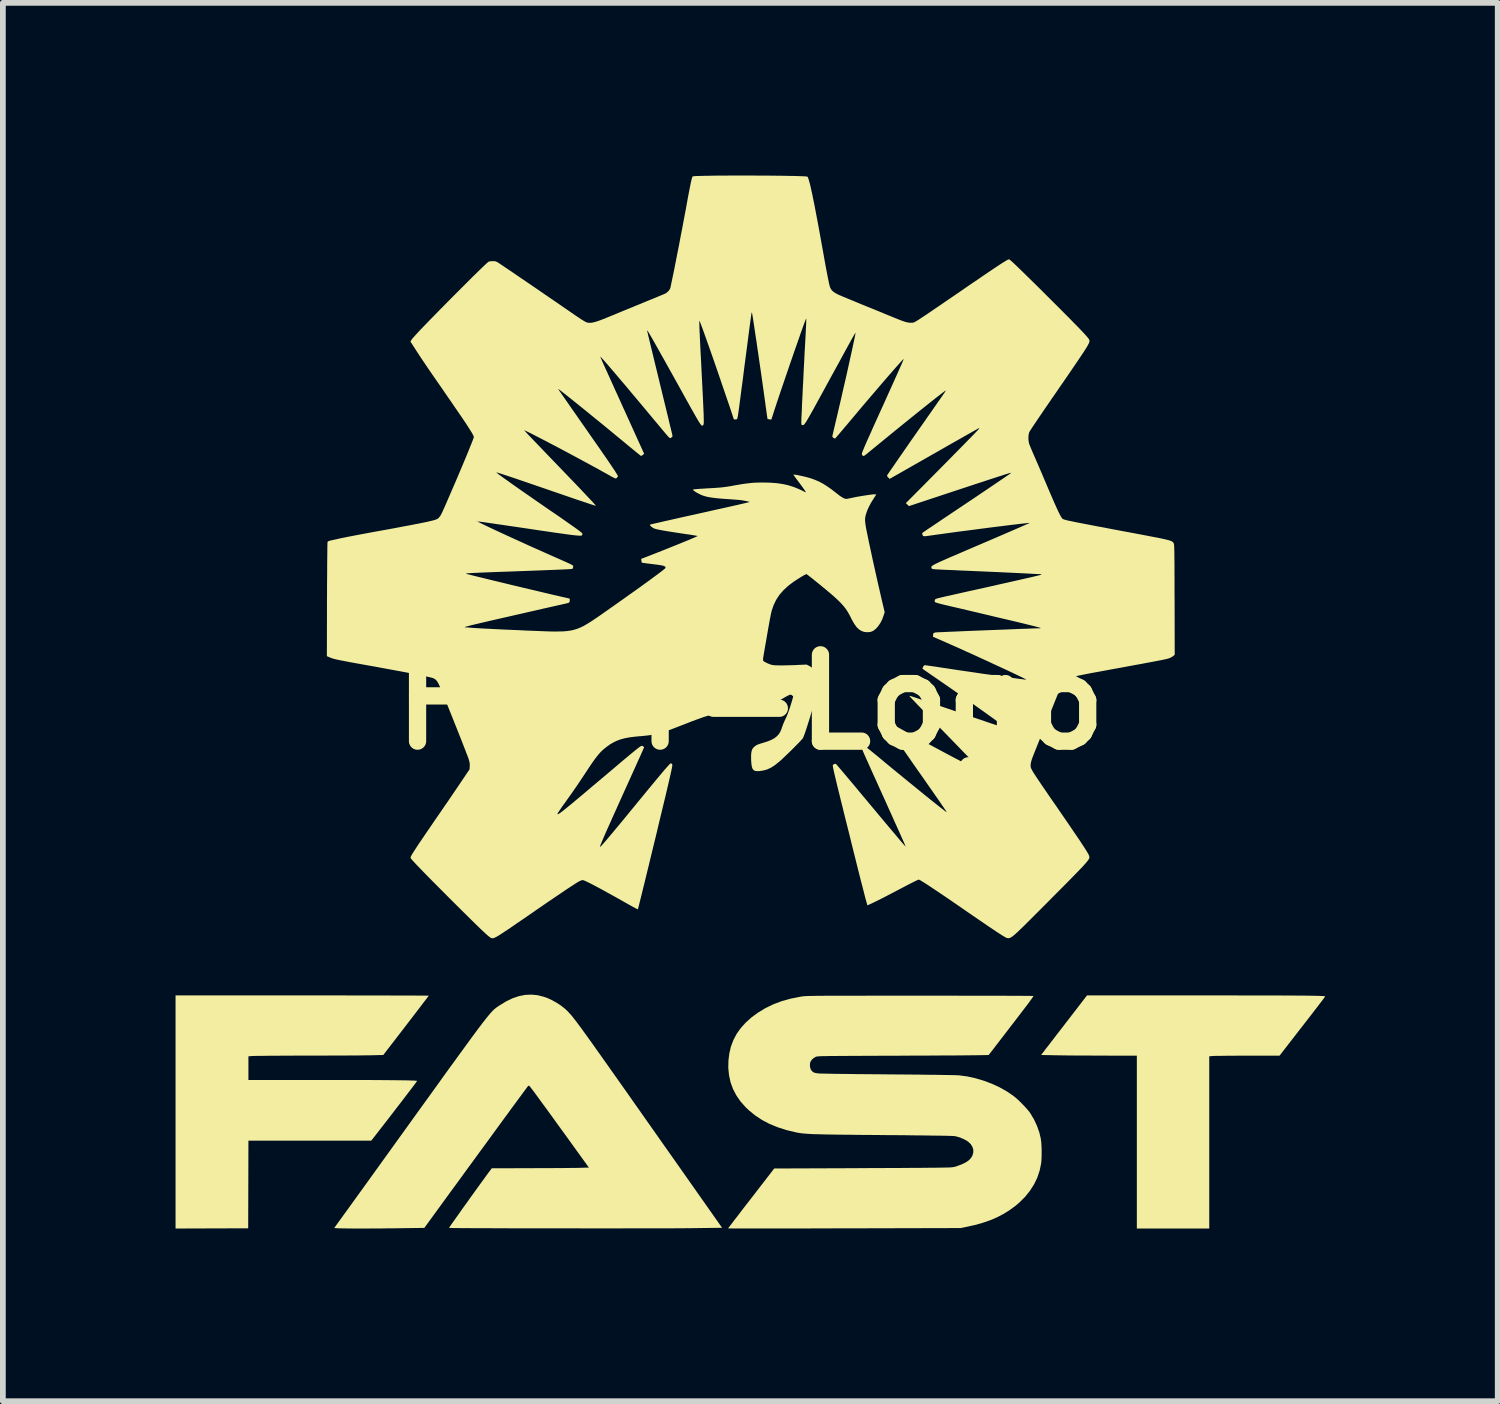
<source format=kicad_pcb>
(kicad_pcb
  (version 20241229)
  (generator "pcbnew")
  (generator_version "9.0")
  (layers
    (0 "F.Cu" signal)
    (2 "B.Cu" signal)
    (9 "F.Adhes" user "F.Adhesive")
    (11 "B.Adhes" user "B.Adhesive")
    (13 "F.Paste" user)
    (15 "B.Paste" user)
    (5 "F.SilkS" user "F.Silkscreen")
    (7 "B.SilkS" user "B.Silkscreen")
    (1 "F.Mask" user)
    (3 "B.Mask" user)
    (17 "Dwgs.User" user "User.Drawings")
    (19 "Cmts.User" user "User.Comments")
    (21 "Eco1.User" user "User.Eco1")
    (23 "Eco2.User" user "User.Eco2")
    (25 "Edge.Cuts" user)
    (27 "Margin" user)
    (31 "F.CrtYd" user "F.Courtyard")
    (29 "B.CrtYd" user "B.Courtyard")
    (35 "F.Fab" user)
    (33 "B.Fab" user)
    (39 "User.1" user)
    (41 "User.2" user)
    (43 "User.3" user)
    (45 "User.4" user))
  (footprint "FAST-Logo"
    (layer "F.Cu")
    (at 9.99 9.148)
    (property "Reference" "FAST-Logo" (at 0 0 0) (layer "F.SilkS") (effects (font (size 1.5 1.5) (thickness 0.3))))
    (attr board_only exclude_from_pos_files exclude_from_bom)
    (fp_poly (pts (xy 7.785 5.096) (xy 8.012 5.096) (xy 8.222 5.096) (xy 8.418 5.096) (xy 8.599 5.097) (xy 8.766 5.097) (xy 8.92 5.097) (xy 9.06 5.097) (xy 9.188 5.097) (xy 9.304 5.098) (xy 9.409 5.098) (xy 9.503 5.099) (xy 9.586 5.099) (xy 9.66 5.1) (xy 9.724 5.101) (xy 9.78 5.102) (xy 9.828 5.103) (xy 9.868 5.104) (xy 9.901 5.105) (xy 9.928 5.106) (xy 9.948 5.107) (xy 9.963 5.109) (xy 9.974 5.11) (xy 9.979 5.112) (xy 9.981 5.114) (xy 9.981 5.114) (xy 9.981 5.116) (xy 9.978 5.121) (xy 9.973 5.128) (xy 9.965 5.139) (xy 9.954 5.155) (xy 9.938 5.175) (xy 9.918 5.202) (xy 9.893 5.234) (xy 9.863 5.274) (xy 9.826 5.322) (xy 9.783 5.378) (xy 9.733 5.443) (xy 9.675 5.518) (xy 9.608 5.604) (xy 9.533 5.7) (xy 9.449 5.809) (xy 9.421 5.845) (xy 9.19 6.143) (xy 8.647 6.143) (xy 8.552 6.143) (xy 8.461 6.143) (xy 8.374 6.144) (xy 8.294 6.144) (xy 8.221 6.145) (xy 8.158 6.146) (xy 8.106 6.146) (xy 8.067 6.147) (xy 8.042 6.148) (xy 8.036 6.148) (xy 7.969 6.154) (xy 7.969 7.65) (xy 7.969 9.146) (xy 7.34 9.146) (xy 6.711 9.146) (xy 6.711 7.644) (xy 6.711 6.143) (xy 6.129 6.142) (xy 6.025 6.142) (xy 5.919 6.141) (xy 5.814 6.141) (xy 5.712 6.14) (xy 5.614 6.14) (xy 5.523 6.139) (xy 5.442 6.138) (xy 5.371 6.137) (xy 5.314 6.136) (xy 5.297 6.136) (xy 5.048 6.131) (xy 5.135 6.017) (xy 5.156 5.99) (xy 5.186 5.952) (xy 5.223 5.903) (xy 5.267 5.847) (xy 5.315 5.783) (xy 5.368 5.715) (xy 5.424 5.643) (xy 5.481 5.568) (xy 5.534 5.5) (xy 5.845 5.096)) (stroke (width 0) (type solid)) (fill yes) (layer "F.SilkS"))
    (fp_poly (pts (xy -7.603 5.096) (xy -7.419 5.096) (xy -7.24 5.096) (xy -7.067 5.096) (xy -6.901 5.097) (xy -6.741 5.097) (xy -6.589 5.097) (xy -6.444 5.097) (xy -6.309 5.097) (xy -6.184 5.098) (xy -6.068 5.098) (xy -5.964 5.098) (xy -5.871 5.098) (xy -5.79 5.099) (xy -5.722 5.099) (xy -5.667 5.099) (xy -5.627 5.1) (xy -5.601 5.1) (xy -5.591 5.101) (xy -5.591 5.101) (xy -5.596 5.108) (xy -5.61 5.126) (xy -5.632 5.156) (xy -5.663 5.196) (xy -5.7 5.244) (xy -5.743 5.301) (xy -5.792 5.365) (xy -5.845 5.434) (xy -5.902 5.509) (xy -5.963 5.588) (xy -5.986 5.618) (xy -6.381 6.131) (xy -6.592 6.136) (xy -6.63 6.137) (xy -6.682 6.137) (xy -6.748 6.138) (xy -6.826 6.139) (xy -6.914 6.139) (xy -7.012 6.14) (xy -7.117 6.14) (xy -7.229 6.141) (xy -7.346 6.141) (xy -7.467 6.142) (xy -7.59 6.142) (xy -7.69 6.142) (xy -7.81 6.142) (xy -7.927 6.142) (xy -8.039 6.143) (xy -8.145 6.143) (xy -8.245 6.144) (xy -8.336 6.144) (xy -8.418 6.145) (xy -8.49 6.146) (xy -8.55 6.146) (xy -8.597 6.147) (xy -8.631 6.148) (xy -8.649 6.148) (xy -8.649 6.148) (xy -8.724 6.154) (xy -8.724 6.359) (xy -8.724 6.565) (xy -7.496 6.565) (xy -7.282 6.565) (xy -7.084 6.565) (xy -6.901 6.566) (xy -6.733 6.566) (xy -6.581 6.566) (xy -6.443 6.567) (xy -6.319 6.568) (xy -6.209 6.569) (xy -6.113 6.57) (xy -6.03 6.571) (xy -5.961 6.572) (xy -5.903 6.574) (xy -5.859 6.575) (xy -5.826 6.577) (xy -5.805 6.579) (xy -5.795 6.581) (xy -5.794 6.582) (xy -5.799 6.59) (xy -5.813 6.61) (xy -5.837 6.642) (xy -5.868 6.684) (xy -5.907 6.735) (xy -5.954 6.796) (xy -6.007 6.866) (xy -6.066 6.943) (xy -6.131 7.027) (xy -6.2 7.117) (xy -6.274 7.213) (xy -6.352 7.314) (xy -6.368 7.334) (xy -6.59 7.62) (xy -7.657 7.62) (xy -8.724 7.62) (xy -8.726 8.381) (xy -8.728 9.142) (xy -9.359 9.144) (xy -9.99 9.146) (xy -9.99 7.121) (xy -9.99 5.096) (xy -7.79 5.096)) (stroke (width 0) (type solid)) (fill yes) (layer "F.SilkS"))
    (fp_poly (pts (xy -3.701 5.092) (xy -3.594 5.119) (xy -3.522 5.145) (xy -3.443 5.182) (xy -3.363 5.227) (xy -3.288 5.277) (xy -3.222 5.33) (xy -3.18 5.369) (xy -3.168 5.382) (xy -3.156 5.395) (xy -3.144 5.408) (xy -3.131 5.422) (xy -3.118 5.437) (xy -3.104 5.453) (xy -3.089 5.472) (xy -3.072 5.494) (xy -3.053 5.518) (xy -3.032 5.545) (xy -3.008 5.577) (xy -2.982 5.612) (xy -2.952 5.652) (xy -2.919 5.697) (xy -2.883 5.748) (xy -2.842 5.804) (xy -2.797 5.867) (xy -2.747 5.936) (xy -2.693 6.013) (xy -2.633 6.097) (xy -2.568 6.189) (xy -2.497 6.289) (xy -2.42 6.399) (xy -2.336 6.517) (xy -2.246 6.645) (xy -2.148 6.783) (xy -2.044 6.932) (xy -1.931 7.092) (xy -1.811 7.263) (xy -1.682 7.446) (xy -1.545 7.641) (xy -1.399 7.848) (xy -1.311 7.973) (xy -0.495 9.133) (xy -1.029 9.14) (xy -1.083 9.14) (xy -1.149 9.141) (xy -1.228 9.141) (xy -1.318 9.142) (xy -1.419 9.142) (xy -1.529 9.142) (xy -1.648 9.143) (xy -1.775 9.143) (xy -1.909 9.143) (xy -2.049 9.143) (xy -2.195 9.143) (xy -2.345 9.144) (xy -2.499 9.144) (xy -2.657 9.144) (xy -2.816 9.144) (xy -2.977 9.143) (xy -3.139 9.143) (xy -3.301 9.143) (xy -3.461 9.143) (xy -3.619 9.143) (xy -3.775 9.143) (xy -3.928 9.142) (xy -4.076 9.142) (xy -4.219 9.142) (xy -4.356 9.141) (xy -4.486 9.141) (xy -4.608 9.14) (xy -4.723 9.14) (xy -4.828 9.14) (xy -4.923 9.139) (xy -5.007 9.139) (xy -5.079 9.138) (xy -5.139 9.138) (xy -5.186 9.137) (xy -5.218 9.136) (xy -5.236 9.136) (xy -5.239 9.135) (xy -5.235 9.128) (xy -5.222 9.11) (xy -5.202 9.08) (xy -5.175 9.041) (xy -5.141 8.994) (xy -5.103 8.94) (xy -5.06 8.88) (xy -5.015 8.815) (xy -4.966 8.747) (xy -4.916 8.678) (xy -4.866 8.607) (xy -4.815 8.537) (xy -4.766 8.468) (xy -4.718 8.402) (xy -4.674 8.341) (xy -4.633 8.285) (xy -4.597 8.235) (xy -4.566 8.193) (xy -4.542 8.16) (xy -4.53 8.145) (xy -4.495 8.099) (xy -3.836 8.098) (xy -3.728 8.097) (xy -3.622 8.097) (xy -3.517 8.097) (xy -3.417 8.096) (xy -3.323 8.096) (xy -3.236 8.095) (xy -3.158 8.094) (xy -3.092 8.093) (xy -3.037 8.093) (xy -2.998 8.092) (xy -2.993 8.092) (xy -2.809 8.087) (xy -3.029 7.782) (xy -3.115 7.663) (xy -3.199 7.546) (xy -3.282 7.432) (xy -3.361 7.323) (xy -3.436 7.219) (xy -3.506 7.122) (xy -3.571 7.033) (xy -3.63 6.953) (xy -3.681 6.883) (xy -3.724 6.824) (xy -3.752 6.786) (xy -3.785 6.742) (xy -3.81 6.709) (xy -3.828 6.686) (xy -3.841 6.672) (xy -3.85 6.665) (xy -3.857 6.664) (xy -3.862 6.667) (xy -3.864 6.668) (xy -3.868 6.673) (xy -3.876 6.683) (xy -3.887 6.699) (xy -3.903 6.72) (xy -3.924 6.748) (xy -3.949 6.782) (xy -3.979 6.823) (xy -4.015 6.871) (xy -4.055 6.926) (xy -4.102 6.99) (xy -4.155 7.061) (xy -4.213 7.142) (xy -4.279 7.231) (xy -4.351 7.33) (xy -4.43 7.438) (xy -4.516 7.556) (xy -4.61 7.685) (xy -4.712 7.824) (xy -4.822 7.975) (xy -4.94 8.136) (xy -5.066 8.31) (xy -5.202 8.495) (xy -5.346 8.693) (xy -5.49 8.891) (xy -5.668 9.135) (xy -6.05 9.14) (xy -6.185 9.142) (xy -6.317 9.143) (xy -6.443 9.145) (xy -6.564 9.145) (xy -6.677 9.146) (xy -6.782 9.146) (xy -6.879 9.146) (xy -6.966 9.145) (xy -7.042 9.144) (xy -7.107 9.143) (xy -7.159 9.142) (xy -7.198 9.14) (xy -7.223 9.138) (xy -7.233 9.136) (xy -7.233 9.135) (xy -7.227 9.128) (xy -7.216 9.113) (xy -7.198 9.088) (xy -7.173 9.053) (xy -7.141 9.009) (xy -7.102 8.955) (xy -7.056 8.891) (xy -7.002 8.817) (xy -6.94 8.731) (xy -6.871 8.635) (xy -6.793 8.527) (xy -6.707 8.408) (xy -6.612 8.276) (xy -6.509 8.133) (xy -6.397 7.977) (xy -6.276 7.809) (xy -6.184 7.681) (xy -6.035 7.474) (xy -5.896 7.281) (xy -5.765 7.099) (xy -5.643 6.93) (xy -5.529 6.772) (xy -5.423 6.625) (xy -5.325 6.488) (xy -5.234 6.362) (xy -5.149 6.246) (xy -5.072 6.139) (xy -5 6.041) (xy -4.935 5.951) (xy -4.875 5.869) (xy -4.821 5.795) (xy -4.771 5.728) (xy -4.727 5.668) (xy -4.686 5.615) (xy -4.65 5.567) (xy -4.617 5.525) (xy -4.588 5.488) (xy -4.561 5.455) (xy -4.538 5.427) (xy -4.517 5.403) (xy -4.498 5.382) (xy -4.481 5.363) (xy -4.465 5.348) (xy -4.45 5.334) (xy -4.436 5.323) (xy -4.423 5.312) (xy -4.41 5.303) (xy -4.396 5.293) (xy -4.382 5.284) (xy -4.368 5.274) (xy -4.354 5.265) (xy -4.242 5.197) (xy -4.131 5.144) (xy -4.023 5.108) (xy -3.915 5.087) (xy -3.808 5.082)) (stroke (width 0) (type solid)) (fill yes) (layer "F.SilkS"))
    (fp_poly (pts (xy 3.124 5.1) (xy 3.297 5.1) (xy 3.466 5.1) (xy 3.628 5.101) (xy 3.784 5.101) (xy 3.933 5.101) (xy 4.074 5.101) (xy 4.207 5.102) (xy 4.33 5.102) (xy 4.444 5.102) (xy 4.547 5.103) (xy 4.639 5.103) (xy 4.719 5.103) (xy 4.786 5.104) (xy 4.84 5.104) (xy 4.879 5.105) (xy 4.904 5.105) (xy 4.914 5.106) (xy 4.914 5.106) (xy 4.911 5.114) (xy 4.899 5.132) (xy 4.88 5.16) (xy 4.855 5.194) (xy 4.826 5.234) (xy 4.815 5.248) (xy 4.786 5.286) (xy 4.751 5.332) (xy 4.711 5.384) (xy 4.667 5.442) (xy 4.619 5.505) (xy 4.569 5.57) (xy 4.517 5.637) (xy 4.465 5.705) (xy 4.414 5.772) (xy 4.364 5.836) (xy 4.317 5.898) (xy 4.273 5.955) (xy 4.234 6.006) (xy 4.2 6.05) (xy 4.173 6.085) (xy 4.152 6.111) (xy 4.14 6.127) (xy 4.138 6.13) (xy 4.129 6.131) (xy 4.104 6.132) (xy 4.065 6.133) (xy 4.01 6.134) (xy 3.942 6.135) (xy 3.86 6.136) (xy 3.765 6.137) (xy 3.657 6.138) (xy 3.538 6.139) (xy 3.407 6.139) (xy 3.265 6.14) (xy 3.113 6.141) (xy 2.951 6.142) (xy 2.779 6.142) (xy 2.648 6.143) (xy 2.466 6.144) (xy 2.299 6.144) (xy 2.147 6.145) (xy 2.01 6.145) (xy 1.886 6.146) (xy 1.774 6.146) (xy 1.674 6.147) (xy 1.586 6.147) (xy 1.508 6.148) (xy 1.44 6.148) (xy 1.382 6.149) (xy 1.331 6.15) (xy 1.289 6.151) (xy 1.253 6.151) (xy 1.223 6.152) (xy 1.2 6.153) (xy 1.181 6.155) (xy 1.166 6.156) (xy 1.154 6.157) (xy 1.146 6.159) (xy 1.139 6.16) (xy 1.134 6.162) (xy 1.129 6.164) (xy 1.128 6.165) (xy 1.091 6.188) (xy 1.06 6.218) (xy 1.04 6.251) (xy 1.034 6.269) (xy 1.031 6.307) (xy 1.035 6.346) (xy 1.045 6.379) (xy 1.053 6.393) (xy 1.071 6.415) (xy 1.09 6.43) (xy 1.113 6.44) (xy 1.145 6.447) (xy 1.189 6.452) (xy 1.199 6.453) (xy 1.217 6.453) (xy 1.251 6.454) (xy 1.299 6.455) (xy 1.36 6.456) (xy 1.434 6.458) (xy 1.518 6.459) (xy 1.612 6.46) (xy 1.716 6.461) (xy 1.828 6.463) (xy 1.946 6.464) (xy 2.071 6.465) (xy 2.201 6.466) (xy 2.334 6.467) (xy 2.406 6.468) (xy 2.541 6.469) (xy 2.673 6.47) (xy 2.801 6.471) (xy 2.923 6.472) (xy 3.039 6.474) (xy 3.147 6.475) (xy 3.247 6.476) (xy 3.337 6.478) (xy 3.417 6.479) (xy 3.485 6.48) (xy 3.541 6.481) (xy 3.583 6.483) (xy 3.61 6.484) (xy 3.618 6.484) (xy 3.762 6.503) (xy 3.907 6.535) (xy 4.052 6.578) (xy 4.193 6.631) (xy 4.327 6.693) (xy 4.453 6.764) (xy 4.567 6.842) (xy 4.602 6.87) (xy 4.641 6.904) (xy 4.684 6.945) (xy 4.729 6.991) (xy 4.773 7.037) (xy 4.813 7.082) (xy 4.845 7.121) (xy 4.862 7.146) (xy 4.924 7.25) (xy 4.976 7.361) (xy 5.016 7.474) (xy 5.043 7.587) (xy 5.043 7.592) (xy 5.05 7.641) (xy 5.054 7.702) (xy 5.057 7.769) (xy 5.057 7.84) (xy 5.056 7.908) (xy 5.053 7.969) (xy 5.048 8.016) (xy 5.022 8.141) (xy 4.981 8.263) (xy 4.925 8.379) (xy 4.854 8.49) (xy 4.769 8.596) (xy 4.67 8.694) (xy 4.611 8.745) (xy 4.507 8.822) (xy 4.399 8.89) (xy 4.286 8.949) (xy 4.166 9.001) (xy 4.035 9.046) (xy 3.892 9.086) (xy 3.771 9.113) (xy 3.65 9.138) (xy 1.63 9.143) (xy 1.451 9.143) (xy 1.275 9.144) (xy 1.104 9.144) (xy 0.939 9.145) (xy 0.781 9.145) (xy 0.629 9.145) (xy 0.485 9.145) (xy 0.35 9.145) (xy 0.224 9.145) (xy 0.107 9.145) (xy 0.001 9.145) (xy -0.093 9.145) (xy -0.176 9.145) (xy -0.247 9.145) (xy -0.304 9.145) (xy -0.347 9.144) (xy -0.375 9.144) (xy -0.389 9.144) (xy -0.39 9.143) (xy -0.385 9.136) (xy -0.371 9.117) (xy -0.348 9.088) (xy -0.318 9.048) (xy -0.281 8.999) (xy -0.237 8.943) (xy -0.188 8.879) (xy -0.135 8.809) (xy -0.077 8.734) (xy -0.016 8.656) (xy 0.011 8.621) (xy 0.411 8.103) (xy 1.746 8.098) (xy 1.895 8.097) (xy 2.043 8.096) (xy 2.188 8.096) (xy 2.329 8.095) (xy 2.464 8.094) (xy 2.594 8.094) (xy 2.716 8.093) (xy 2.83 8.092) (xy 2.934 8.092) (xy 3.028 8.091) (xy 3.111 8.09) (xy 3.181 8.09) (xy 3.238 8.089) (xy 3.28 8.089) (xy 3.299 8.088) (xy 3.364 8.087) (xy 3.416 8.086) (xy 3.456 8.085) (xy 3.487 8.083) (xy 3.512 8.08) (xy 3.532 8.077) (xy 3.551 8.073) (xy 3.571 8.067) (xy 3.593 8.059) (xy 3.671 8.03) (xy 3.735 7.999) (xy 3.785 7.966) (xy 3.822 7.93) (xy 3.849 7.89) (xy 3.852 7.884) (xy 3.869 7.83) (xy 3.87 7.778) (xy 3.855 7.728) (xy 3.826 7.681) (xy 3.782 7.639) (xy 3.762 7.625) (xy 3.703 7.592) (xy 3.637 7.564) (xy 3.57 7.545) (xy 3.532 7.539) (xy 3.516 7.538) (xy 3.485 7.537) (xy 3.44 7.536) (xy 3.382 7.534) (xy 3.311 7.533) (xy 3.23 7.532) (xy 3.138 7.531) (xy 3.037 7.529) (xy 2.928 7.528) (xy 2.811 7.527) (xy 2.689 7.525) (xy 2.561 7.524) (xy 2.429 7.523) (xy 2.374 7.523) (xy 2.195 7.521) (xy 2.031 7.52) (xy 1.883 7.519) (xy 1.748 7.517) (xy 1.626 7.516) (xy 1.516 7.515) (xy 1.417 7.513) (xy 1.329 7.512) (xy 1.251 7.51) (xy 1.182 7.508) (xy 1.121 7.507) (xy 1.068 7.505) (xy 1.021 7.502) (xy 0.98 7.5) (xy 0.943 7.497) (xy 0.911 7.494) (xy 0.882 7.491) (xy 0.856 7.487) (xy 0.831 7.483) (xy 0.808 7.479) (xy 0.787 7.475) (xy 0.621 7.435) (xy 0.467 7.385) (xy 0.326 7.327) (xy 0.196 7.258) (xy 0.077 7.179) (xy -0.032 7.089) (xy -0.085 7.039) (xy -0.173 6.94) (xy -0.246 6.835) (xy -0.304 6.724) (xy -0.347 6.607) (xy -0.374 6.484) (xy -0.387 6.356) (xy -0.384 6.223) (xy -0.369 6.104) (xy -0.341 5.984) (xy -0.298 5.871) (xy -0.242 5.764) (xy -0.17 5.663) (xy -0.084 5.568) (xy 0.017 5.477) (xy 0.129 5.395) (xy 0.258 5.317) (xy 0.394 5.251) (xy 0.539 5.196) (xy 0.693 5.153) (xy 0.859 5.12) (xy 0.889 5.115) (xy 0.9 5.113) (xy 0.912 5.112) (xy 0.925 5.111) (xy 0.941 5.109) (xy 0.959 5.108) (xy 0.98 5.107) (xy 1.006 5.106) (xy 1.036 5.105) (xy 1.072 5.105) (xy 1.113 5.104) (xy 1.161 5.103) (xy 1.217 5.103) (xy 1.28 5.102) (xy 1.351 5.102) (xy 1.431 5.102) (xy 1.522 5.101) (xy 1.622 5.101) (xy 1.733 5.101) (xy 1.856 5.101) (xy 1.992 5.101) (xy 2.14 5.1) (xy 2.301 5.1) (xy 2.477 5.1) (xy 2.667 5.1) (xy 2.873 5.1) (xy 2.947 5.1)) (stroke (width 0) (type solid)) (fill yes) (layer "F.SilkS"))
    (fp_poly (pts (xy -0.047 -9.148) (xy 0.064 -9.148) (xy 0.174 -9.147) (xy 0.282 -9.147) (xy 0.386 -9.146) (xy 0.486 -9.145) (xy 0.581 -9.144) (xy 0.669 -9.142) (xy 0.748 -9.141) (xy 0.818 -9.139) (xy 0.878 -9.137) (xy 0.926 -9.135) (xy 0.961 -9.133) (xy 0.982 -9.13) (xy 0.987 -9.129) (xy 0.995 -9.118) (xy 1.004 -9.096) (xy 1.014 -9.063) (xy 1.027 -9.018) (xy 1.041 -8.962) (xy 1.056 -8.893) (xy 1.074 -8.811) (xy 1.093 -8.717) (xy 1.115 -8.609) (xy 1.138 -8.486) (xy 1.164 -8.35) (xy 1.192 -8.199) (xy 1.222 -8.033) (xy 1.255 -7.851) (xy 1.266 -7.79) (xy 1.286 -7.676) (xy 1.304 -7.577) (xy 1.32 -7.492) (xy 1.334 -7.42) (xy 1.346 -7.359) (xy 1.356 -7.31) (xy 1.364 -7.27) (xy 1.372 -7.239) (xy 1.378 -7.216) (xy 1.384 -7.2) (xy 1.385 -7.198) (xy 1.405 -7.163) (xy 1.435 -7.132) (xy 1.478 -7.103) (xy 1.535 -7.074) (xy 1.537 -7.073) (xy 1.56 -7.064) (xy 1.597 -7.048) (xy 1.645 -7.028) (xy 1.703 -7.004) (xy 1.769 -6.977) (xy 1.841 -6.947) (xy 1.918 -6.915) (xy 1.999 -6.882) (xy 2.041 -6.865) (xy 2.123 -6.832) (xy 2.203 -6.799) (xy 2.279 -6.768) (xy 2.351 -6.738) (xy 2.415 -6.712) (xy 2.471 -6.689) (xy 2.515 -6.671) (xy 2.548 -6.658) (xy 2.559 -6.653) (xy 2.624 -6.628) (xy 2.678 -6.609) (xy 2.723 -6.597) (xy 2.761 -6.591) (xy 2.796 -6.591) (xy 2.801 -6.591) (xy 2.808 -6.591) (xy 2.815 -6.592) (xy 2.821 -6.592) (xy 2.827 -6.593) (xy 2.835 -6.596) (xy 2.845 -6.6) (xy 2.857 -6.606) (xy 2.872 -6.615) (xy 2.892 -6.626) (xy 2.916 -6.641) (xy 2.945 -6.66) (xy 2.979 -6.683) (xy 3.021 -6.71) (xy 3.07 -6.743) (xy 3.126 -6.781) (xy 3.191 -6.826) (xy 3.266 -6.876) (xy 3.35 -6.934) (xy 3.445 -6.999) (xy 3.551 -7.071) (xy 3.669 -7.152) (xy 3.799 -7.242) (xy 3.83 -7.263) (xy 3.944 -7.34) (xy 4.044 -7.409) (xy 4.133 -7.469) (xy 4.21 -7.521) (xy 4.276 -7.565) (xy 4.332 -7.602) (xy 4.379 -7.632) (xy 4.416 -7.655) (xy 4.446 -7.673) (xy 4.467 -7.685) (xy 4.482 -7.691) (xy 4.489 -7.693) (xy 4.495 -7.69) (xy 4.507 -7.682) (xy 4.524 -7.668) (xy 4.548 -7.647) (xy 4.578 -7.619) (xy 4.615 -7.584) (xy 4.661 -7.54) (xy 4.714 -7.488) (xy 4.777 -7.427) (xy 4.849 -7.356) (xy 4.931 -7.276) (xy 5.023 -7.185) (xy 5.126 -7.082) (xy 5.128 -7.08) (xy 5.247 -6.961) (xy 5.355 -6.854) (xy 5.452 -6.756) (xy 5.539 -6.669) (xy 5.614 -6.592) (xy 5.68 -6.525) (xy 5.736 -6.467) (xy 5.782 -6.418) (xy 5.819 -6.378) (xy 5.847 -6.346) (xy 5.867 -6.322) (xy 5.878 -6.306) (xy 5.881 -6.3) (xy 5.884 -6.292) (xy 5.886 -6.285) (xy 5.888 -6.277) (xy 5.888 -6.268) (xy 5.886 -6.258) (xy 5.882 -6.245) (xy 5.875 -6.229) (xy 5.865 -6.21) (xy 5.852 -6.186) (xy 5.835 -6.157) (xy 5.813 -6.123) (xy 5.787 -6.082) (xy 5.755 -6.034) (xy 5.718 -5.979) (xy 5.675 -5.915) (xy 5.625 -5.842) (xy 5.569 -5.759) (xy 5.505 -5.666) (xy 5.433 -5.561) (xy 5.353 -5.445) (xy 5.265 -5.317) (xy 5.23 -5.267) (xy 5.172 -5.182) (xy 5.116 -5.101) (xy 5.064 -5.024) (xy 5.015 -4.952) (xy 4.971 -4.887) (xy 4.932 -4.829) (xy 4.899 -4.78) (xy 4.873 -4.74) (xy 4.855 -4.712) (xy 4.845 -4.695) (xy 4.843 -4.692) (xy 4.832 -4.654) (xy 4.827 -4.607) (xy 4.828 -4.556) (xy 4.835 -4.508) (xy 4.843 -4.479) (xy 4.851 -4.46) (xy 4.864 -4.428) (xy 4.881 -4.386) (xy 4.902 -4.337) (xy 4.925 -4.284) (xy 4.944 -4.24) (xy 4.968 -4.185) (xy 4.997 -4.119) (xy 5.029 -4.044) (xy 5.063 -3.965) (xy 5.097 -3.884) (xy 5.131 -3.805) (xy 5.153 -3.753) (xy 5.2 -3.642) (xy 5.242 -3.545) (xy 5.278 -3.462) (xy 5.31 -3.391) (xy 5.337 -3.332) (xy 5.36 -3.284) (xy 5.38 -3.246) (xy 5.396 -3.217) (xy 5.41 -3.197) (xy 5.421 -3.184) (xy 5.422 -3.183) (xy 5.428 -3.18) (xy 5.438 -3.176) (xy 5.451 -3.171) (xy 5.47 -3.166) (xy 5.495 -3.159) (xy 5.526 -3.152) (xy 5.566 -3.144) (xy 5.613 -3.134) (xy 5.67 -3.122) (xy 5.737 -3.109) (xy 5.815 -3.094) (xy 5.904 -3.077) (xy 6.006 -3.057) (xy 6.121 -3.036) (xy 6.25 -3.011) (xy 6.394 -2.984) (xy 6.451 -2.973) (xy 6.588 -2.948) (xy 6.709 -2.925) (xy 6.816 -2.905) (xy 6.909 -2.887) (xy 6.991 -2.871) (xy 7.061 -2.858) (xy 7.121 -2.846) (xy 7.171 -2.835) (xy 7.212 -2.826) (xy 7.246 -2.817) (xy 7.273 -2.81) (xy 7.294 -2.803) (xy 7.31 -2.797) (xy 7.322 -2.79) (xy 7.331 -2.784) (xy 7.338 -2.778) (xy 7.344 -2.771) (xy 7.349 -2.763) (xy 7.35 -2.761) (xy 7.352 -2.757) (xy 7.354 -2.752) (xy 7.356 -2.744) (xy 7.357 -2.732) (xy 7.359 -2.716) (xy 7.36 -2.695) (xy 7.361 -2.668) (xy 7.362 -2.634) (xy 7.363 -2.592) (xy 7.363 -2.542) (xy 7.364 -2.482) (xy 7.365 -2.412) (xy 7.365 -2.33) (xy 7.365 -2.236) (xy 7.366 -2.129) (xy 7.366 -2.008) (xy 7.366 -1.873) (xy 7.367 -1.782) (xy 7.369 -0.825) (xy 7.352 -0.807) (xy 7.335 -0.794) (xy 7.309 -0.779) (xy 7.289 -0.768) (xy 7.28 -0.765) (xy 7.269 -0.761) (xy 7.256 -0.757) (xy 7.239 -0.752) (xy 7.217 -0.747) (xy 7.191 -0.741) (xy 7.158 -0.734) (xy 7.118 -0.726) (xy 7.07 -0.717) (xy 7.013 -0.706) (xy 6.946 -0.693) (xy 6.869 -0.679) (xy 6.781 -0.662) (xy 6.68 -0.644) (xy 6.566 -0.623) (xy 6.438 -0.599) (xy 6.295 -0.573) (xy 6.266 -0.568) (xy 6.137 -0.544) (xy 6.023 -0.523) (xy 5.923 -0.505) (xy 5.836 -0.488) (xy 5.761 -0.473) (xy 5.697 -0.46) (xy 5.644 -0.449) (xy 5.599 -0.439) (xy 5.563 -0.43) (xy 5.533 -0.421) (xy 5.51 -0.413) (xy 5.492 -0.406) (xy 5.478 -0.398) (xy 5.468 -0.391) (xy 5.46 -0.383) (xy 5.457 -0.38) (xy 5.446 -0.364) (xy 5.433 -0.343) (xy 5.417 -0.314) (xy 5.4 -0.277) (xy 5.379 -0.231) (xy 5.354 -0.175) (xy 5.326 -0.108) (xy 5.294 -0.029) (xy 5.257 0.064) (xy 5.214 0.17) (xy 5.206 0.191) (xy 5.173 0.273) (xy 5.14 0.358) (xy 5.106 0.442) (xy 5.074 0.523) (xy 5.043 0.599) (xy 5.016 0.666) (xy 4.993 0.723) (xy 4.979 0.759) (xy 4.949 0.833) (xy 4.925 0.893) (xy 4.906 0.942) (xy 4.891 0.982) (xy 4.881 1.013) (xy 4.874 1.039) (xy 4.869 1.06) (xy 4.867 1.079) (xy 4.866 1.096) (xy 4.866 1.106) (xy 4.866 1.115) (xy 4.867 1.125) (xy 4.869 1.135) (xy 4.873 1.147) (xy 4.88 1.162) (xy 4.889 1.18) (xy 4.902 1.203) (xy 4.918 1.23) (xy 4.939 1.262) (xy 4.965 1.302) (xy 4.996 1.348) (xy 5.032 1.402) (xy 5.075 1.466) (xy 5.125 1.538) (xy 5.182 1.622) (xy 5.247 1.716) (xy 5.321 1.822) (xy 5.387 1.919) (xy 5.472 2.042) (xy 5.548 2.153) (xy 5.614 2.251) (xy 5.673 2.337) (xy 5.724 2.412) (xy 5.766 2.477) (xy 5.802 2.531) (xy 5.83 2.576) (xy 5.852 2.612) (xy 5.868 2.639) (xy 5.877 2.658) (xy 5.881 2.667) (xy 5.883 2.677) (xy 5.885 2.685) (xy 5.887 2.694) (xy 5.886 2.702) (xy 5.884 2.712) (xy 5.879 2.724) (xy 5.87 2.738) (xy 5.858 2.755) (xy 5.842 2.776) (xy 5.821 2.8) (xy 5.795 2.83) (xy 5.763 2.865) (xy 5.724 2.905) (xy 5.678 2.953) (xy 5.625 3.007) (xy 5.564 3.07) (xy 5.494 3.141) (xy 5.415 3.221) (xy 5.326 3.31) (xy 5.227 3.41) (xy 5.117 3.521) (xy 5.109 3.529) (xy 5.014 3.624) (xy 4.93 3.708) (xy 4.856 3.782) (xy 4.791 3.847) (xy 4.735 3.902) (xy 4.686 3.949) (xy 4.645 3.989) (xy 4.609 4.021) (xy 4.58 4.047) (xy 4.555 4.067) (xy 4.534 4.082) (xy 4.516 4.092) (xy 4.501 4.098) (xy 4.488 4.101) (xy 4.476 4.102) (xy 4.464 4.1) (xy 4.452 4.097) (xy 4.451 4.097) (xy 4.436 4.091) (xy 4.412 4.077) (xy 4.378 4.057) (xy 4.333 4.028) (xy 4.277 3.992) (xy 4.211 3.948) (xy 4.133 3.896) (xy 4.043 3.834) (xy 3.941 3.764) (xy 3.826 3.685) (xy 3.78 3.654) (xy 3.636 3.554) (xy 3.506 3.465) (xy 3.388 3.384) (xy 3.284 3.314) (xy 3.193 3.253) (xy 3.115 3.201) (xy 3.05 3.158) (xy 2.998 3.126) (xy 2.96 3.102) (xy 2.934 3.088) (xy 2.921 3.084) (xy 2.911 3.087) (xy 2.887 3.098) (xy 2.852 3.115) (xy 2.806 3.138) (xy 2.75 3.166) (xy 2.687 3.199) (xy 2.617 3.236) (xy 2.54 3.276) (xy 2.46 3.318) (xy 2.435 3.331) (xy 2.381 3.359) (xy 2.326 3.388) (xy 2.27 3.416) (xy 2.215 3.444) (xy 2.164 3.469) (xy 2.118 3.491) (xy 2.08 3.509) (xy 2.051 3.522) (xy 2.034 3.529) (xy 2.03 3.53) (xy 2.027 3.522) (xy 2.021 3.5) (xy 2.011 3.463) (xy 1.997 3.414) (xy 1.981 3.353) (xy 1.963 3.281) (xy 1.942 3.199) (xy 1.918 3.108) (xy 1.893 3.009) (xy 1.866 2.903) (xy 1.838 2.79) (xy 1.809 2.673) (xy 1.786 2.583) (xy 1.742 2.403) (xy 1.701 2.238) (xy 1.663 2.088) (xy 1.629 1.952) (xy 1.599 1.828) (xy 1.571 1.717) (xy 1.547 1.618) (xy 1.525 1.53) (xy 1.506 1.453) (xy 1.49 1.385) (xy 1.476 1.326) (xy 1.464 1.276) (xy 1.454 1.233) (xy 1.446 1.198) (xy 1.44 1.169) (xy 1.435 1.146) (xy 1.432 1.128) (xy 1.43 1.115) (xy 1.429 1.105) (xy 1.429 1.099) (xy 1.429 1.095) (xy 1.43 1.094) (xy 1.443 1.081) (xy 1.463 1.073) (xy 1.482 1.074) (xy 1.485 1.075) (xy 1.491 1.082) (xy 1.507 1.1) (xy 1.532 1.13) (xy 1.565 1.169) (xy 1.606 1.217) (xy 1.653 1.273) (xy 1.706 1.336) (xy 1.765 1.406) (xy 1.828 1.481) (xy 1.894 1.561) (xy 1.964 1.645) (xy 1.982 1.666) (xy 2.088 1.793) (xy 2.184 1.908) (xy 2.27 2.011) (xy 2.347 2.103) (xy 2.415 2.184) (xy 2.475 2.255) (xy 2.526 2.316) (xy 2.569 2.367) (xy 2.605 2.41) (xy 2.634 2.443) (xy 2.656 2.469) (xy 2.671 2.486) (xy 2.68 2.495) (xy 2.683 2.499) (xy 2.686 2.503) (xy 2.689 2.506) (xy 2.691 2.508) (xy 2.692 2.507) (xy 2.691 2.504) (xy 2.689 2.497) (xy 2.684 2.485) (xy 2.677 2.468) (xy 2.668 2.445) (xy 2.655 2.416) (xy 2.638 2.379) (xy 2.618 2.334) (xy 2.594 2.28) (xy 2.565 2.216) (xy 2.532 2.142) (xy 2.493 2.057) (xy 2.45 1.959) (xy 2.4 1.85) (xy 2.345 1.726) (xy 2.289 1.603) (xy 2.232 1.477) (xy 2.182 1.365) (xy 2.137 1.267) (xy 2.098 1.18) (xy 2.065 1.106) (xy 2.036 1.041) (xy 2.011 0.987) (xy 1.991 0.941) (xy 1.974 0.904) (xy 1.961 0.873) (xy 1.951 0.849) (xy 1.943 0.831) (xy 1.938 0.818) (xy 1.935 0.808) (xy 1.933 0.801) (xy 1.932 0.797) (xy 1.932 0.794) (xy 1.933 0.791) (xy 1.933 0.79) (xy 1.942 0.777) (xy 1.957 0.768) (xy 1.964 0.766) (xy 1.971 0.765) (xy 1.98 0.767) (xy 1.992 0.773) (xy 2.007 0.782) (xy 2.027 0.797) (xy 2.054 0.818) (xy 2.088 0.845) (xy 2.131 0.88) (xy 2.184 0.923) (xy 2.248 0.976) (xy 2.263 0.988) (xy 2.361 1.07) (xy 2.459 1.151) (xy 2.557 1.231) (xy 2.654 1.31) (xy 2.748 1.387) (xy 2.839 1.461) (xy 2.926 1.532) (xy 3.008 1.599) (xy 3.085 1.661) (xy 3.156 1.718) (xy 3.219 1.768) (xy 3.275 1.813) (xy 3.322 1.849) (xy 3.359 1.878) (xy 3.386 1.899) (xy 3.402 1.91) (xy 3.406 1.912) (xy 3.406 1.91) (xy 3.405 1.907) (xy 3.401 1.9) (xy 3.395 1.891) (xy 3.386 1.877) (xy 3.373 1.858) (xy 3.357 1.834) (xy 3.336 1.804) (xy 3.311 1.767) (xy 3.281 1.723) (xy 3.245 1.671) (xy 3.202 1.61) (xy 3.154 1.54) (xy 3.098 1.461) (xy 3.035 1.37) (xy 2.964 1.268) (xy 2.884 1.155) (xy 2.796 1.029) (xy 2.781 1.006) (xy 2.72 0.919) (xy 2.662 0.836) (xy 2.607 0.758) (xy 2.557 0.685) (xy 2.511 0.618) (xy 2.47 0.559) (xy 2.436 0.509) (xy 2.408 0.469) (xy 2.388 0.438) (xy 2.376 0.42) (xy 2.372 0.414) (xy 2.375 0.401) (xy 2.388 0.384) (xy 2.392 0.379) (xy 2.416 0.357) (xy 2.662 0.494) (xy 2.781 0.559) (xy 2.905 0.627) (xy 3.031 0.696) (xy 3.158 0.764) (xy 3.285 0.832) (xy 3.408 0.898) (xy 3.527 0.961) (xy 3.64 1.02) (xy 3.744 1.075) (xy 3.838 1.123) (xy 3.92 1.165) (xy 3.928 1.169) (xy 4.045 1.227) (xy 4.001 1.18) (xy 3.989 1.167) (xy 3.967 1.144) (xy 3.935 1.11) (xy 3.894 1.068) (xy 3.845 1.018) (xy 3.79 0.96) (xy 3.728 0.897) (xy 3.661 0.828) (xy 3.59 0.754) (xy 3.515 0.677) (xy 3.438 0.598) (xy 3.425 0.584) (xy 3.323 0.48) (xy 3.233 0.387) (xy 3.152 0.304) (xy 3.081 0.231) (xy 3.019 0.167) (xy 2.965 0.111) (xy 2.92 0.064) (xy 2.881 0.024) (xy 2.849 -0.01) (xy 2.823 -0.037) (xy 2.802 -0.059) (xy 2.786 -0.075) (xy 2.775 -0.088) (xy 2.767 -0.097) (xy 2.762 -0.103) (xy 2.76 -0.106) (xy 2.759 -0.108) (xy 2.76 -0.108) (xy 2.763 -0.108) (xy 2.77 -0.107) (xy 2.781 -0.104) (xy 2.796 -0.1) (xy 2.817 -0.093) (xy 2.845 -0.084) (xy 2.879 -0.073) (xy 2.922 -0.058) (xy 2.974 -0.041) (xy 3.035 -0.02) (xy 3.107 0.004) (xy 3.19 0.032) (xy 3.285 0.065) (xy 3.392 0.102) (xy 3.514 0.143) (xy 3.65 0.19) (xy 3.663 0.194) (xy 3.771 0.231) (xy 3.876 0.267) (xy 3.974 0.3) (xy 4.067 0.332) (xy 4.151 0.361) (xy 4.228 0.386) (xy 4.295 0.409) (xy 4.351 0.428) (xy 4.396 0.443) (xy 4.428 0.453) (xy 4.447 0.459) (xy 4.452 0.461) (xy 4.446 0.455) (xy 4.429 0.44) (xy 4.4 0.418) (xy 4.36 0.389) (xy 4.312 0.353) (xy 4.254 0.311) (xy 4.189 0.264) (xy 4.118 0.213) (xy 4.041 0.158) (xy 3.959 0.1) (xy 3.874 0.039) (xy 3.786 -0.023) (xy 3.697 -0.086) (xy 3.606 -0.15) (xy 3.516 -0.213) (xy 3.427 -0.275) (xy 3.34 -0.335) (xy 3.256 -0.393) (xy 3.188 -0.44) (xy 3.138 -0.474) (xy 3.092 -0.506) (xy 3.052 -0.534) (xy 3.02 -0.556) (xy 2.998 -0.572) (xy 2.987 -0.58) (xy 2.986 -0.581) (xy 2.989 -0.59) (xy 2.996 -0.608) (xy 2.998 -0.613) (xy 3.012 -0.635) (xy 3.026 -0.641) (xy 3.038 -0.64) (xy 3.064 -0.637) (xy 3.101 -0.631) (xy 3.148 -0.625) (xy 3.203 -0.617) (xy 3.263 -0.608) (xy 3.28 -0.605) (xy 3.409 -0.586) (xy 3.538 -0.566) (xy 3.665 -0.547) (xy 3.791 -0.529) (xy 3.914 -0.511) (xy 4.032 -0.493) (xy 4.146 -0.477) (xy 4.254 -0.462) (xy 4.354 -0.447) (xy 4.447 -0.434) (xy 4.531 -0.423) (xy 4.604 -0.413) (xy 4.667 -0.404) (xy 4.718 -0.398) (xy 4.756 -0.393) (xy 4.78 -0.391) (xy 4.79 -0.391) (xy 4.79 -0.391) (xy 4.779 -0.398) (xy 4.755 -0.411) (xy 4.718 -0.429) (xy 4.67 -0.452) (xy 4.612 -0.48) (xy 4.545 -0.512) (xy 4.47 -0.547) (xy 4.389 -0.585) (xy 4.302 -0.625) (xy 4.211 -0.667) (xy 4.117 -0.711) (xy 4.021 -0.755) (xy 3.925 -0.799) (xy 3.829 -0.843) (xy 3.734 -0.885) (xy 3.643 -0.927) (xy 3.555 -0.966) (xy 3.473 -1.002) (xy 3.397 -1.036) (xy 3.329 -1.066) (xy 3.315 -1.072) (xy 3.169 -1.135) (xy 3.171 -1.162) (xy 3.173 -1.182) (xy 3.178 -1.196) (xy 3.189 -1.204) (xy 3.208 -1.209) (xy 3.239 -1.212) (xy 3.256 -1.213) (xy 3.275 -1.214) (xy 3.308 -1.215) (xy 3.355 -1.217) (xy 3.414 -1.22) (xy 3.483 -1.223) (xy 3.562 -1.226) (xy 3.648 -1.23) (xy 3.741 -1.234) (xy 3.838 -1.238) (xy 3.94 -1.242) (xy 4.044 -1.246) (xy 4.149 -1.25) (xy 4.254 -1.254) (xy 4.357 -1.258) (xy 4.457 -1.262) (xy 4.553 -1.266) (xy 4.643 -1.27) (xy 4.726 -1.273) (xy 4.801 -1.275) (xy 4.866 -1.278) (xy 4.919 -1.28) (xy 4.961 -1.281) (xy 4.988 -1.282) (xy 4.999 -1.282) (xy 5.013 -1.282) (xy 5.025 -1.282) (xy 5.034 -1.283) (xy 5.039 -1.284) (xy 5.04 -1.286) (xy 5.037 -1.288) (xy 5.027 -1.292) (xy 5.01 -1.297) (xy 4.986 -1.304) (xy 4.955 -1.312) (xy 4.914 -1.323) (xy 4.863 -1.335) (xy 4.803 -1.35) (xy 4.731 -1.368) (xy 4.647 -1.388) (xy 4.551 -1.411) (xy 4.441 -1.437) (xy 4.317 -1.466) (xy 4.178 -1.499) (xy 4.155 -1.505) (xy 4.065 -1.526) (xy 3.969 -1.549) (xy 3.871 -1.572) (xy 3.774 -1.595) (xy 3.681 -1.617) (xy 3.595 -1.637) (xy 3.521 -1.654) (xy 3.486 -1.662) (xy 3.402 -1.682) (xy 3.334 -1.698) (xy 3.281 -1.712) (xy 3.242 -1.723) (xy 3.216 -1.731) (xy 3.204 -1.738) (xy 3.202 -1.739) (xy 3.198 -1.76) (xy 3.202 -1.774) (xy 3.204 -1.78) (xy 3.207 -1.784) (xy 3.213 -1.789) (xy 3.223 -1.794) (xy 3.239 -1.799) (xy 3.261 -1.806) (xy 3.292 -1.813) (xy 3.332 -1.823) (xy 3.383 -1.835) (xy 3.447 -1.849) (xy 3.524 -1.866) (xy 3.567 -1.876) (xy 3.749 -1.917) (xy 3.917 -1.954) (xy 4.07 -1.988) (xy 4.209 -2.019) (xy 4.335 -2.048) (xy 4.448 -2.073) (xy 4.549 -2.096) (xy 4.638 -2.116) (xy 4.717 -2.134) (xy 4.786 -2.15) (xy 4.845 -2.163) (xy 4.896 -2.175) (xy 4.938 -2.185) (xy 4.972 -2.193) (xy 5 -2.2) (xy 5.021 -2.205) (xy 5.037 -2.21) (xy 5.047 -2.213) (xy 5.053 -2.215) (xy 5.056 -2.217) (xy 5.056 -2.217) (xy 5.048 -2.221) (xy 5.031 -2.223) (xy 5.025 -2.224) (xy 5.007 -2.224) (xy 4.976 -2.225) (xy 4.936 -2.227) (xy 4.889 -2.229) (xy 4.849 -2.232) (xy 4.787 -2.235) (xy 4.711 -2.239) (xy 4.622 -2.243) (xy 4.521 -2.248) (xy 4.409 -2.253) (xy 4.29 -2.259) (xy 4.163 -2.264) (xy 4.031 -2.27) (xy 3.895 -2.276) (xy 3.756 -2.282) (xy 3.616 -2.288) (xy 3.585 -2.29) (xy 3.49 -2.294) (xy 3.41 -2.297) (xy 3.344 -2.3) (xy 3.289 -2.303) (xy 3.246 -2.305) (xy 3.213 -2.307) (xy 3.188 -2.309) (xy 3.17 -2.312) (xy 3.158 -2.314) (xy 3.151 -2.317) (xy 3.147 -2.32) (xy 3.146 -2.323) (xy 3.145 -2.325) (xy 3.143 -2.332) (xy 3.141 -2.338) (xy 3.14 -2.344) (xy 3.14 -2.35) (xy 3.144 -2.356) (xy 3.15 -2.363) (xy 3.161 -2.371) (xy 3.176 -2.381) (xy 3.197 -2.393) (xy 3.225 -2.407) (xy 3.259 -2.423) (xy 3.302 -2.443) (xy 3.354 -2.466) (xy 3.415 -2.493) (xy 3.486 -2.524) (xy 3.569 -2.559) (xy 3.663 -2.6) (xy 3.77 -2.646) (xy 3.891 -2.698) (xy 3.997 -2.743) (xy 4.109 -2.791) (xy 4.216 -2.837) (xy 4.318 -2.881) (xy 4.414 -2.922) (xy 4.503 -2.961) (xy 4.584 -2.996) (xy 4.656 -3.027) (xy 4.718 -3.054) (xy 4.769 -3.077) (xy 4.809 -3.094) (xy 4.836 -3.106) (xy 4.849 -3.112) (xy 4.85 -3.113) (xy 4.842 -3.113) (xy 4.818 -3.111) (xy 4.78 -3.107) (xy 4.73 -3.102) (xy 4.669 -3.095) (xy 4.598 -3.086) (xy 4.518 -3.077) (xy 4.43 -3.066) (xy 4.336 -3.054) (xy 4.237 -3.042) (xy 4.134 -3.029) (xy 4.028 -3.015) (xy 3.921 -3.001) (xy 3.814 -2.987) (xy 3.707 -2.973) (xy 3.602 -2.96) (xy 3.501 -2.946) (xy 3.404 -2.933) (xy 3.314 -2.92) (xy 3.23 -2.909) (xy 3.176 -2.901) (xy 3.118 -2.893) (xy 3.074 -2.887) (xy 3.042 -2.883) (xy 3.02 -2.882) (xy 3.006 -2.884) (xy 2.997 -2.888) (xy 2.992 -2.894) (xy 2.988 -2.904) (xy 2.987 -2.907) (xy 2.982 -2.927) (xy 2.986 -2.94) (xy 2.988 -2.942) (xy 2.996 -2.948) (xy 3.017 -2.962) (xy 3.049 -2.984) (xy 3.091 -3.013) (xy 3.143 -3.047) (xy 3.202 -3.087) (xy 3.269 -3.132) (xy 3.341 -3.181) (xy 3.418 -3.232) (xy 3.492 -3.282) (xy 3.607 -3.359) (xy 3.719 -3.434) (xy 3.827 -3.506) (xy 3.93 -3.575) (xy 4.027 -3.641) (xy 4.118 -3.702) (xy 4.201 -3.758) (xy 4.276 -3.809) (xy 4.342 -3.854) (xy 4.399 -3.892) (xy 4.445 -3.924) (xy 4.48 -3.948) (xy 4.503 -3.963) (xy 4.511 -3.969) (xy 4.522 -3.98) (xy 4.523 -3.984) (xy 4.523 -3.984) (xy 4.516 -3.983) (xy 4.502 -3.979) (xy 4.48 -3.973) (xy 4.448 -3.963) (xy 4.408 -3.951) (xy 4.358 -3.934) (xy 4.297 -3.915) (xy 4.225 -3.891) (xy 4.141 -3.864) (xy 4.045 -3.832) (xy 3.936 -3.797) (xy 3.813 -3.756) (xy 3.676 -3.711) (xy 3.525 -3.661) (xy 3.516 -3.658) (xy 2.751 -3.405) (xy 2.725 -3.431) (xy 2.698 -3.457) (xy 2.938 -3.698) (xy 3.051 -3.812) (xy 3.16 -3.922) (xy 3.265 -4.028) (xy 3.364 -4.128) (xy 3.458 -4.223) (xy 3.545 -4.312) (xy 3.626 -4.394) (xy 3.7 -4.469) (xy 3.765 -4.536) (xy 3.823 -4.595) (xy 3.872 -4.645) (xy 3.911 -4.686) (xy 3.941 -4.717) (xy 3.96 -4.738) (xy 3.968 -4.747) (xy 3.969 -4.748) (xy 3.974 -4.758) (xy 3.971 -4.76) (xy 3.957 -4.754) (xy 3.951 -4.751) (xy 3.939 -4.744) (xy 3.914 -4.73) (xy 3.878 -4.71) (xy 3.832 -4.684) (xy 3.777 -4.653) (xy 3.715 -4.618) (xy 3.647 -4.579) (xy 3.575 -4.538) (xy 3.518 -4.506) (xy 3.428 -4.455) (xy 3.331 -4.399) (xy 3.229 -4.341) (xy 3.125 -4.282) (xy 3.023 -4.224) (xy 2.926 -4.168) (xy 2.837 -4.118) (xy 2.764 -4.076) (xy 2.416 -3.878) (xy 2.392 -3.902) (xy 2.377 -3.919) (xy 2.371 -3.934) (xy 2.372 -3.937) (xy 2.377 -3.947) (xy 2.392 -3.969) (xy 2.415 -4.003) (xy 2.447 -4.05) (xy 2.487 -4.107) (xy 2.534 -4.176) (xy 2.588 -4.254) (xy 2.65 -4.343) (xy 2.717 -4.44) (xy 2.791 -4.547) (xy 2.871 -4.661) (xy 2.957 -4.784) (xy 3.048 -4.914) (xy 3.067 -4.942) (xy 3.12 -5.017) (xy 3.169 -5.088) (xy 3.216 -5.155) (xy 3.258 -5.216) (xy 3.296 -5.269) (xy 3.327 -5.315) (xy 3.352 -5.351) (xy 3.37 -5.376) (xy 3.379 -5.39) (xy 3.38 -5.392) (xy 3.39 -5.407) (xy 3.391 -5.412) (xy 3.382 -5.408) (xy 3.38 -5.406) (xy 3.367 -5.398) (xy 3.342 -5.379) (xy 3.307 -5.352) (xy 3.262 -5.317) (xy 3.208 -5.275) (xy 3.146 -5.226) (xy 3.078 -5.172) (xy 3.003 -5.112) (xy 2.924 -5.049) (xy 2.841 -4.982) (xy 2.754 -4.912) (xy 2.666 -4.841) (xy 2.576 -4.768) (xy 2.486 -4.695) (xy 2.397 -4.622) (xy 2.309 -4.55) (xy 2.272 -4.52) (xy 2.204 -4.464) (xy 2.146 -4.417) (xy 2.1 -4.379) (xy 2.062 -4.348) (xy 2.033 -4.324) (xy 2.01 -4.306) (xy 1.994 -4.294) (xy 1.982 -4.285) (xy 1.975 -4.28) (xy 1.969 -4.278) (xy 1.966 -4.277) (xy 1.963 -4.277) (xy 1.962 -4.277) (xy 1.944 -4.284) (xy 1.935 -4.301) (xy 1.935 -4.323) (xy 1.942 -4.344) (xy 1.956 -4.379) (xy 1.976 -4.428) (xy 2.003 -4.491) (xy 2.037 -4.568) (xy 2.078 -4.658) (xy 2.124 -4.762) (xy 2.13 -4.776) (xy 2.202 -4.935) (xy 2.268 -5.08) (xy 2.328 -5.212) (xy 2.381 -5.331) (xy 2.429 -5.437) (xy 2.472 -5.531) (xy 2.509 -5.615) (xy 2.542 -5.687) (xy 2.57 -5.75) (xy 2.593 -5.803) (xy 2.613 -5.847) (xy 2.629 -5.883) (xy 2.641 -5.912) (xy 2.65 -5.933) (xy 2.656 -5.948) (xy 2.659 -5.957) (xy 2.66 -5.961) (xy 2.66 -5.961) (xy 2.653 -5.956) (xy 2.637 -5.94) (xy 2.612 -5.913) (xy 2.579 -5.876) (xy 2.538 -5.83) (xy 2.49 -5.776) (xy 2.437 -5.715) (xy 2.378 -5.647) (xy 2.314 -5.573) (xy 2.247 -5.495) (xy 2.177 -5.413) (xy 2.104 -5.328) (xy 2.03 -5.241) (xy 1.954 -5.152) (xy 1.879 -5.063) (xy 1.822 -4.995) (xy 1.772 -4.935) (xy 1.723 -4.877) (xy 1.676 -4.821) (xy 1.632 -4.77) (xy 1.594 -4.724) (xy 1.563 -4.688) (xy 1.54 -4.661) (xy 1.536 -4.656) (xy 1.468 -4.577) (xy 1.444 -4.589) (xy 1.428 -4.601) (xy 1.42 -4.612) (xy 1.42 -4.613) (xy 1.422 -4.624) (xy 1.427 -4.648) (xy 1.435 -4.683) (xy 1.445 -4.725) (xy 1.456 -4.772) (xy 1.456 -4.773) (xy 1.475 -4.854) (xy 1.496 -4.942) (xy 1.518 -5.036) (xy 1.541 -5.135) (xy 1.565 -5.237) (xy 1.589 -5.343) (xy 1.613 -5.449) (xy 1.638 -5.556) (xy 1.662 -5.661) (xy 1.685 -5.764) (xy 1.707 -5.864) (xy 1.728 -5.96) (xy 1.748 -6.049) (xy 1.766 -6.131) (xy 1.782 -6.206) (xy 1.796 -6.271) (xy 1.807 -6.325) (xy 1.816 -6.368) (xy 1.821 -6.398) (xy 1.824 -6.414) (xy 1.824 -6.416) (xy 1.822 -6.416) (xy 1.82 -6.413) (xy 1.816 -6.407) (xy 1.81 -6.398) (xy 1.801 -6.383) (xy 1.79 -6.363) (xy 1.775 -6.337) (xy 1.756 -6.304) (xy 1.734 -6.263) (xy 1.706 -6.213) (xy 1.674 -6.154) (xy 1.636 -6.085) (xy 1.592 -6.004) (xy 1.542 -5.912) (xy 1.485 -5.808) (xy 1.42 -5.69) (xy 1.403 -5.659) (xy 1.333 -5.531) (xy 1.271 -5.417) (xy 1.215 -5.315) (xy 1.166 -5.225) (xy 1.123 -5.147) (xy 1.086 -5.079) (xy 1.053 -5.021) (xy 1.025 -4.972) (xy 1.002 -4.931) (xy 0.982 -4.898) (xy 0.966 -4.871) (xy 0.952 -4.851) (xy 0.941 -4.836) (xy 0.932 -4.825) (xy 0.925 -4.818) (xy 0.918 -4.814) (xy 0.913 -4.813) (xy 0.907 -4.813) (xy 0.901 -4.813) (xy 0.899 -4.814) (xy 0.891 -4.815) (xy 0.886 -4.82) (xy 0.883 -4.83) (xy 0.882 -4.849) (xy 0.882 -4.88) (xy 0.883 -4.901) (xy 0.883 -4.928) (xy 0.885 -4.969) (xy 0.888 -5.024) (xy 0.891 -5.09) (xy 0.894 -5.167) (xy 0.898 -5.252) (xy 0.903 -5.345) (xy 0.907 -5.443) (xy 0.913 -5.546) (xy 0.918 -5.652) (xy 0.923 -5.759) (xy 0.929 -5.866) (xy 0.934 -5.971) (xy 0.939 -6.074) (xy 0.945 -6.171) (xy 0.95 -6.263) (xy 0.953 -6.322) (xy 0.957 -6.394) (xy 0.96 -6.461) (xy 0.963 -6.521) (xy 0.966 -6.573) (xy 0.967 -6.614) (xy 0.968 -6.644) (xy 0.969 -6.659) (xy 0.969 -6.662) (xy 0.964 -6.657) (xy 0.956 -6.642) (xy 0.953 -6.633) (xy 0.944 -6.611) (xy 0.931 -6.576) (xy 0.913 -6.527) (xy 0.892 -6.467) (xy 0.867 -6.398) (xy 0.84 -6.319) (xy 0.81 -6.234) (xy 0.778 -6.143) (xy 0.745 -6.048) (xy 0.711 -5.949) (xy 0.676 -5.849) (xy 0.642 -5.748) (xy 0.608 -5.649) (xy 0.575 -5.552) (xy 0.543 -5.459) (xy 0.513 -5.371) (xy 0.486 -5.289) (xy 0.461 -5.216) (xy 0.44 -5.151) (xy 0.422 -5.098) (xy 0.421 -5.094) (xy 0.361 -4.908) (xy 0.33 -4.912) (xy 0.309 -4.916) (xy 0.297 -4.919) (xy 0.295 -4.92) (xy 0.293 -4.928) (xy 0.29 -4.951) (xy 0.284 -4.986) (xy 0.278 -5.031) (xy 0.271 -5.084) (xy 0.262 -5.142) (xy 0.26 -5.162) (xy 0.249 -5.241) (xy 0.237 -5.328) (xy 0.224 -5.422) (xy 0.21 -5.522) (xy 0.195 -5.626) (xy 0.18 -5.733) (xy 0.164 -5.841) (xy 0.148 -5.95) (xy 0.133 -6.057) (xy 0.117 -6.161) (xy 0.103 -6.262) (xy 0.088 -6.357) (xy 0.075 -6.446) (xy 0.063 -6.526) (xy 0.052 -6.598) (xy 0.043 -6.658) (xy 0.035 -6.706) (xy 0.029 -6.741) (xy 0.026 -6.759) (xy 0.025 -6.764) (xy 0.023 -6.768) (xy 0.022 -6.77) (xy 0.021 -6.77) (xy 0.02 -6.767) (xy 0.018 -6.759) (xy 0.015 -6.746) (xy 0.012 -6.727) (xy 0.008 -6.702) (xy 0.004 -6.669) (xy -0.002 -6.628) (xy -0.009 -6.578) (xy -0.017 -6.518) (xy -0.026 -6.447) (xy -0.037 -6.365) (xy -0.049 -6.27) (xy -0.063 -6.162) (xy -0.079 -6.04) (xy -0.097 -5.904) (xy -0.11 -5.806) (xy -0.127 -5.668) (xy -0.143 -5.545) (xy -0.158 -5.437) (xy -0.17 -5.342) (xy -0.181 -5.259) (xy -0.19 -5.188) (xy -0.198 -5.128) (xy -0.205 -5.077) (xy -0.211 -5.035) (xy -0.216 -5.002) (xy -0.22 -4.976) (xy -0.224 -4.955) (xy -0.227 -4.941) (xy -0.23 -4.93) (xy -0.232 -4.924) (xy -0.234 -4.919) (xy -0.236 -4.917) (xy -0.237 -4.916) (xy -0.253 -4.911) (xy -0.27 -4.91) (xy -0.285 -4.912) (xy -0.294 -4.922) (xy -0.3 -4.941) (xy -0.304 -4.954) (xy -0.313 -4.982) (xy -0.326 -5.021) (xy -0.343 -5.072) (xy -0.363 -5.132) (xy -0.386 -5.199) (xy -0.412 -5.274) (xy -0.439 -5.353) (xy -0.467 -5.436) (xy -0.496 -5.52) (xy -0.525 -5.606) (xy -0.554 -5.69) (xy -0.582 -5.772) (xy -0.609 -5.85) (xy -0.634 -5.922) (xy -0.657 -5.988) (xy -0.66 -5.997) (xy -0.685 -6.068) (xy -0.711 -6.142) (xy -0.737 -6.216) (xy -0.763 -6.288) (xy -0.788 -6.358) (xy -0.811 -6.423) (xy -0.832 -6.481) (xy -0.851 -6.532) (xy -0.866 -6.573) (xy -0.878 -6.603) (xy -0.884 -6.619) (xy -0.886 -6.622) (xy -0.888 -6.623) (xy -0.889 -6.619) (xy -0.89 -6.61) (xy -0.89 -6.594) (xy -0.89 -6.571) (xy -0.889 -6.539) (xy -0.888 -6.499) (xy -0.886 -6.448) (xy -0.883 -6.387) (xy -0.88 -6.314) (xy -0.876 -6.229) (xy -0.871 -6.13) (xy -0.865 -6.017) (xy -0.858 -5.889) (xy -0.856 -5.839) (xy -0.848 -5.685) (xy -0.841 -5.547) (xy -0.835 -5.424) (xy -0.829 -5.315) (xy -0.825 -5.219) (xy -0.821 -5.135) (xy -0.818 -5.064) (xy -0.815 -5.003) (xy -0.814 -4.953) (xy -0.813 -4.913) (xy -0.813 -4.881) (xy -0.813 -4.858) (xy -0.814 -4.842) (xy -0.815 -4.835) (xy -0.821 -4.814) (xy -0.83 -4.805) (xy -0.838 -4.804) (xy -0.843 -4.804) (xy -0.847 -4.805) (xy -0.852 -4.808) (xy -0.857 -4.813) (xy -0.864 -4.821) (xy -0.873 -4.832) (xy -0.884 -4.849) (xy -0.898 -4.871) (xy -0.915 -4.899) (xy -0.936 -4.935) (xy -0.961 -4.978) (xy -0.99 -5.03) (xy -1.025 -5.091) (xy -1.065 -5.163) (xy -1.111 -5.245) (xy -1.163 -5.339) (xy -1.222 -5.446) (xy -1.289 -5.566) (xy -1.296 -5.579) (xy -1.371 -5.714) (xy -1.439 -5.835) (xy -1.499 -5.943) (xy -1.553 -6.039) (xy -1.6 -6.123) (xy -1.641 -6.196) (xy -1.676 -6.258) (xy -1.706 -6.311) (xy -1.731 -6.354) (xy -1.752 -6.389) (xy -1.768 -6.416) (xy -1.78 -6.436) (xy -1.789 -6.448) (xy -1.794 -6.455) (xy -1.797 -6.456) (xy -1.797 -6.452) (xy -1.797 -6.451) (xy -1.795 -6.44) (xy -1.788 -6.414) (xy -1.779 -6.374) (xy -1.766 -6.321) (xy -1.751 -6.257) (xy -1.733 -6.182) (xy -1.712 -6.098) (xy -1.69 -6.006) (xy -1.666 -5.906) (xy -1.64 -5.8) (xy -1.613 -5.689) (xy -1.585 -5.574) (xy -1.583 -5.563) (xy -1.554 -5.447) (xy -1.527 -5.334) (xy -1.501 -5.227) (xy -1.476 -5.126) (xy -1.453 -5.031) (xy -1.432 -4.945) (xy -1.414 -4.868) (xy -1.398 -4.801) (xy -1.384 -4.746) (xy -1.374 -4.703) (xy -1.367 -4.674) (xy -1.363 -4.659) (xy -1.363 -4.659) (xy -1.358 -4.633) (xy -1.357 -4.618) (xy -1.362 -4.608) (xy -1.371 -4.6) (xy -1.389 -4.588) (xy -1.401 -4.587) (xy -1.416 -4.598) (xy -1.418 -4.599) (xy -1.426 -4.608) (xy -1.444 -4.628) (xy -1.47 -4.658) (xy -1.503 -4.697) (xy -1.542 -4.744) (xy -1.587 -4.798) (xy -1.636 -4.856) (xy -1.689 -4.919) (xy -1.721 -4.958) (xy -1.815 -5.071) (xy -1.907 -5.181) (xy -1.995 -5.286) (xy -2.08 -5.387) (xy -2.16 -5.483) (xy -2.236 -5.572) (xy -2.306 -5.655) (xy -2.37 -5.731) (xy -2.428 -5.798) (xy -2.479 -5.858) (xy -2.523 -5.908) (xy -2.558 -5.948) (xy -2.585 -5.977) (xy -2.602 -5.996) (xy -2.61 -6.003) (xy -2.61 -6.003) (xy -2.608 -5.994) (xy -2.6 -5.975) (xy -2.588 -5.946) (xy -2.573 -5.91) (xy -2.569 -5.903) (xy -2.56 -5.882) (xy -2.544 -5.847) (xy -2.523 -5.8) (xy -2.496 -5.742) (xy -2.465 -5.673) (xy -2.43 -5.596) (xy -2.391 -5.51) (xy -2.35 -5.418) (xy -2.305 -5.321) (xy -2.259 -5.219) (xy -2.212 -5.114) (xy -2.187 -5.06) (xy -1.849 -4.314) (xy -1.872 -4.295) (xy -1.888 -4.283) (xy -1.9 -4.277) (xy -1.901 -4.277) (xy -1.903 -4.277) (xy -1.907 -4.28) (xy -1.915 -4.285) (xy -1.926 -4.294) (xy -1.943 -4.308) (xy -1.966 -4.326) (xy -1.995 -4.35) (xy -2.032 -4.38) (xy -2.078 -4.418) (xy -2.134 -4.464) (xy -2.2 -4.519) (xy -2.276 -4.581) (xy -2.374 -4.662) (xy -2.471 -4.742) (xy -2.567 -4.821) (xy -2.662 -4.898) (xy -2.753 -4.972) (xy -2.841 -5.044) (xy -2.924 -5.111) (xy -3.002 -5.174) (xy -3.074 -5.232) (xy -3.139 -5.284) (xy -3.197 -5.33) (xy -3.246 -5.369) (xy -3.286 -5.4) (xy -3.316 -5.423) (xy -3.336 -5.437) (xy -3.343 -5.441) (xy -3.343 -5.441) (xy -3.339 -5.434) (xy -3.326 -5.415) (xy -3.305 -5.384) (xy -3.277 -5.344) (xy -3.243 -5.295) (xy -3.204 -5.239) (xy -3.16 -5.176) (xy -3.113 -5.107) (xy -3.062 -5.035) (xy -3.052 -5.021) (xy -2.952 -4.877) (xy -2.86 -4.746) (xy -2.777 -4.626) (xy -2.702 -4.519) (xy -2.634 -4.422) (xy -2.575 -4.336) (xy -2.522 -4.26) (xy -2.476 -4.193) (xy -2.437 -4.135) (xy -2.403 -4.085) (xy -2.375 -4.043) (xy -2.352 -4.009) (xy -2.335 -3.98) (xy -2.321 -3.958) (xy -2.312 -3.942) (xy -2.306 -3.93) (xy -2.304 -3.923) (xy -2.304 -3.921) (xy -2.316 -3.905) (xy -2.328 -3.892) (xy -2.333 -3.888) (xy -2.34 -3.886) (xy -2.349 -3.887) (xy -2.362 -3.891) (xy -2.382 -3.901) (xy -2.41 -3.915) (xy -2.448 -3.937) (xy -2.498 -3.965) (xy -2.509 -3.971) (xy -2.578 -4.009) (xy -2.654 -4.052) (xy -2.736 -4.096) (xy -2.823 -4.144) (xy -2.913 -4.192) (xy -3.005 -4.242) (xy -3.098 -4.292) (xy -3.192 -4.342) (xy -3.285 -4.392) (xy -3.376 -4.44) (xy -3.464 -4.486) (xy -3.547 -4.53) (xy -3.625 -4.57) (xy -3.697 -4.607) (xy -3.761 -4.64) (xy -3.817 -4.669) (xy -3.863 -4.691) (xy -3.898 -4.708) (xy -3.921 -4.718) (xy -3.931 -4.722) (xy -3.932 -4.721) (xy -3.927 -4.715) (xy -3.911 -4.699) (xy -3.887 -4.672) (xy -3.854 -4.637) (xy -3.814 -4.595) (xy -3.767 -4.546) (xy -3.715 -4.492) (xy -3.659 -4.434) (xy -3.617 -4.39) (xy -3.484 -4.251) (xy -3.361 -4.124) (xy -3.25 -4.008) (xy -3.149 -3.903) (xy -3.058 -3.809) (xy -2.978 -3.725) (xy -2.909 -3.652) (xy -2.849 -3.588) (xy -2.799 -3.535) (xy -2.758 -3.492) (xy -2.727 -3.458) (xy -2.705 -3.433) (xy -2.692 -3.418) (xy -2.688 -3.412) (xy -2.688 -3.412) (xy -2.695 -3.413) (xy -2.715 -3.418) (xy -2.747 -3.428) (xy -2.791 -3.442) (xy -2.849 -3.462) (xy -2.921 -3.486) (xy -3.006 -3.514) (xy -3.105 -3.548) (xy -3.218 -3.587) (xy -3.346 -3.631) (xy -3.489 -3.68) (xy -3.558 -3.704) (xy -3.71 -3.756) (xy -3.847 -3.803) (xy -3.969 -3.845) (xy -4.077 -3.882) (xy -4.17 -3.913) (xy -4.249 -3.939) (xy -4.313 -3.96) (xy -4.361 -3.976) (xy -4.395 -3.986) (xy -4.413 -3.99) (xy -4.417 -3.99) (xy -4.412 -3.985) (xy -4.395 -3.972) (xy -4.367 -3.95) (xy -4.327 -3.921) (xy -4.278 -3.885) (xy -4.219 -3.844) (xy -4.153 -3.796) (xy -4.079 -3.744) (xy -3.999 -3.688) (xy -3.913 -3.628) (xy -3.823 -3.566) (xy -3.729 -3.5) (xy -3.717 -3.492) (xy -3.597 -3.409) (xy -3.49 -3.335) (xy -3.394 -3.27) (xy -3.31 -3.212) (xy -3.237 -3.161) (xy -3.173 -3.116) (xy -3.119 -3.078) (xy -3.073 -3.046) (xy -3.035 -3.019) (xy -3.003 -2.996) (xy -2.978 -2.977) (xy -2.959 -2.962) (xy -2.945 -2.951) (xy -2.935 -2.941) (xy -2.928 -2.934) (xy -2.924 -2.928) (xy -2.923 -2.924) (xy -2.922 -2.92) (xy -2.923 -2.916) (xy -2.923 -2.914) (xy -2.924 -2.908) (xy -2.925 -2.903) (xy -2.927 -2.899) (xy -2.932 -2.896) (xy -2.939 -2.893) (xy -2.95 -2.892) (xy -2.965 -2.891) (xy -2.985 -2.892) (xy -3.011 -2.894) (xy -3.044 -2.897) (xy -3.083 -2.901) (xy -3.131 -2.907) (xy -3.188 -2.915) (xy -3.255 -2.924) (xy -3.332 -2.935) (xy -3.42 -2.947) (xy -3.52 -2.962) (xy -3.632 -2.978) (xy -3.758 -2.997) (xy -3.899 -3.018) (xy -4.054 -3.041) (xy -4.129 -3.052) (xy -4.226 -3.066) (xy -4.319 -3.08) (xy -4.405 -3.092) (xy -4.485 -3.104) (xy -4.556 -3.114) (xy -4.617 -3.123) (xy -4.668 -3.13) (xy -4.706 -3.135) (xy -4.731 -3.138) (xy -4.741 -3.139) (xy -4.741 -3.139) (xy -4.737 -3.134) (xy -4.718 -3.124) (xy -4.687 -3.108) (xy -4.644 -3.087) (xy -4.59 -3.061) (xy -4.526 -3.03) (xy -4.453 -2.996) (xy -4.372 -2.958) (xy -4.283 -2.917) (xy -4.189 -2.874) (xy -4.089 -2.828) (xy -3.985 -2.781) (xy -3.878 -2.732) (xy -3.769 -2.683) (xy -3.658 -2.634) (xy -3.547 -2.584) (xy -3.473 -2.551) (xy -3.387 -2.513) (xy -3.314 -2.481) (xy -3.253 -2.454) (xy -3.204 -2.432) (xy -3.165 -2.414) (xy -3.135 -2.4) (xy -3.113 -2.389) (xy -3.098 -2.38) (xy -3.088 -2.373) (xy -3.083 -2.368) (xy -3.081 -2.363) (xy -3.081 -2.358) (xy -3.082 -2.353) (xy -3.082 -2.349) (xy -3.087 -2.329) (xy -3.092 -2.318) (xy -3.094 -2.316) (xy -3.099 -2.315) (xy -3.106 -2.314) (xy -3.117 -2.312) (xy -3.133 -2.311) (xy -3.155 -2.309) (xy -3.183 -2.308) (xy -3.219 -2.306) (xy -3.262 -2.304) (xy -3.315 -2.302) (xy -3.377 -2.299) (xy -3.45 -2.296) (xy -3.535 -2.293) (xy -3.632 -2.289) (xy -3.742 -2.285) (xy -3.866 -2.28) (xy -4.005 -2.275) (xy -4.082 -2.272) (xy -4.22 -2.267) (xy -4.343 -2.263) (xy -4.452 -2.259) (xy -4.547 -2.255) (xy -4.629 -2.252) (xy -4.699 -2.249) (xy -4.759 -2.246) (xy -4.808 -2.244) (xy -4.848 -2.242) (xy -4.88 -2.24) (xy -4.904 -2.239) (xy -4.922 -2.237) (xy -4.934 -2.235) (xy -4.941 -2.234) (xy -4.944 -2.232) (xy -4.945 -2.231) (xy -4.944 -2.231) (xy -4.935 -2.228) (xy -4.912 -2.221) (xy -4.875 -2.212) (xy -4.827 -2.2) (xy -4.767 -2.185) (xy -4.698 -2.168) (xy -4.62 -2.149) (xy -4.535 -2.128) (xy -4.444 -2.106) (xy -4.348 -2.083) (xy -4.249 -2.059) (xy -4.147 -2.034) (xy -4.044 -2.01) (xy -3.941 -1.985) (xy -3.84 -1.961) (xy -3.741 -1.938) (xy -3.646 -1.915) (xy -3.556 -1.894) (xy -3.473 -1.874) (xy -3.396 -1.856) (xy -3.329 -1.841) (xy -3.271 -1.827) (xy -3.224 -1.817) (xy -3.19 -1.809) (xy -3.171 -1.805) (xy -3.151 -1.8) (xy -3.142 -1.792) (xy -3.141 -1.774) (xy -3.141 -1.769) (xy -3.144 -1.742) (xy -3.157 -1.727) (xy -3.181 -1.719) (xy -3.194 -1.716) (xy -3.222 -1.709) (xy -3.263 -1.7) (xy -3.315 -1.688) (xy -3.378 -1.674) (xy -3.45 -1.658) (xy -3.529 -1.64) (xy -3.614 -1.621) (xy -3.704 -1.6) (xy -3.797 -1.579) (xy -3.893 -1.557) (xy -3.988 -1.535) (xy -4.083 -1.514) (xy -4.176 -1.492) (xy -4.265 -1.472) (xy -4.349 -1.453) (xy -4.427 -1.435) (xy -4.497 -1.419) (xy -4.558 -1.405) (xy -4.608 -1.393) (xy -4.646 -1.384) (xy -4.665 -1.38) (xy -4.748 -1.36) (xy -4.816 -1.344) (xy -4.87 -1.331) (xy -4.911 -1.32) (xy -4.94 -1.312) (xy -4.958 -1.306) (xy -4.966 -1.302) (xy -4.964 -1.299) (xy -4.954 -1.298) (xy -4.949 -1.298) (xy -4.934 -1.298) (xy -4.906 -1.296) (xy -4.87 -1.293) (xy -4.837 -1.29) (xy -4.803 -1.288) (xy -4.755 -1.285) (xy -4.693 -1.281) (xy -4.618 -1.277) (xy -4.533 -1.273) (xy -4.439 -1.268) (xy -4.336 -1.263) (xy -4.227 -1.258) (xy -4.112 -1.253) (xy -3.993 -1.248) (xy -3.871 -1.242) (xy -3.748 -1.237) (xy -3.737 -1.237) (xy -3.614 -1.232) (xy -3.506 -1.228) (xy -3.41 -1.226) (xy -3.325 -1.227) (xy -3.25 -1.229) (xy -3.182 -1.235) (xy -3.12 -1.244) (xy -3.062 -1.258) (xy -3.007 -1.275) (xy -2.952 -1.298) (xy -2.896 -1.325) (xy -2.838 -1.359) (xy -2.775 -1.398) (xy -2.706 -1.444) (xy -2.628 -1.497) (xy -2.572 -1.536) (xy -2.45 -1.622) (xy -2.332 -1.705) (xy -2.219 -1.785) (xy -2.111 -1.862) (xy -2.009 -1.934) (xy -1.914 -2.002) (xy -1.827 -2.065) (xy -1.747 -2.123) (xy -1.677 -2.175) (xy -1.616 -2.22) (xy -1.565 -2.258) (xy -1.525 -2.289) (xy -1.497 -2.312) (xy -1.481 -2.327) (xy -1.477 -2.332) (xy -1.479 -2.343) (xy -1.484 -2.353) (xy -1.495 -2.361) (xy -1.513 -2.368) (xy -1.539 -2.374) (xy -1.577 -2.381) (xy -1.627 -2.388) (xy -1.69 -2.396) (xy -1.709 -2.398) (xy -1.761 -2.405) (xy -1.807 -2.41) (xy -1.845 -2.416) (xy -1.873 -2.419) (xy -1.888 -2.422) (xy -1.889 -2.422) (xy -1.892 -2.431) (xy -1.896 -2.45) (xy -1.896 -2.457) (xy -1.901 -2.488) (xy -1.841 -2.511) (xy -1.738 -2.551) (xy -1.636 -2.591) (xy -1.537 -2.63) (xy -1.442 -2.668) (xy -1.351 -2.705) (xy -1.265 -2.739) (xy -1.187 -2.771) (xy -1.117 -2.8) (xy -1.055 -2.825) (xy -1.004 -2.847) (xy -0.964 -2.864) (xy -0.936 -2.877) (xy -0.921 -2.884) (xy -0.92 -2.886) (xy -0.928 -2.888) (xy -0.951 -2.892) (xy -0.985 -2.898) (xy -1.029 -2.905) (xy -1.08 -2.913) (xy -1.137 -2.921) (xy -1.247 -2.938) (xy -1.341 -2.952) (xy -1.422 -2.965) (xy -1.49 -2.976) (xy -1.546 -2.986) (xy -1.592 -2.995) (xy -1.628 -3.003) (xy -1.655 -3.01) (xy -1.675 -3.017) (xy -1.686 -3.022) (xy -1.707 -3.035) (xy -1.73 -3.053) (xy -1.732 -3.055) (xy -1.746 -3.07) (xy -1.749 -3.079) (xy -1.744 -3.084) (xy -1.734 -3.087) (xy -1.71 -3.093) (xy -1.672 -3.102) (xy -1.622 -3.113) (xy -1.561 -3.127) (xy -1.49 -3.144) (xy -1.411 -3.161) (xy -1.324 -3.181) (xy -1.232 -3.202) (xy -1.134 -3.224) (xy -1.091 -3.233) (xy -0.924 -3.27) (xy -0.772 -3.304) (xy -0.635 -3.335) (xy -0.513 -3.362) (xy -0.405 -3.386) (xy -0.311 -3.407) (xy -0.231 -3.425) (xy -0.165 -3.441) (xy -0.111 -3.453) (xy -0.07 -3.463) (xy -0.041 -3.47) (xy -0.024 -3.474) (xy -0.018 -3.476) (xy -0.024 -3.48) (xy -0.042 -3.485) (xy -0.068 -3.491) (xy -0.099 -3.497) (xy -0.132 -3.503) (xy -0.162 -3.508) (xy -0.17 -3.509) (xy -0.189 -3.511) (xy -0.221 -3.514) (xy -0.264 -3.517) (xy -0.313 -3.521) (xy -0.368 -3.525) (xy -0.39 -3.526) (xy -0.486 -3.533) (xy -0.568 -3.54) (xy -0.638 -3.548) (xy -0.696 -3.556) (xy -0.747 -3.565) (xy -0.79 -3.576) (xy -0.828 -3.588) (xy -0.863 -3.602) (xy -0.865 -3.603) (xy -0.901 -3.621) (xy -0.935 -3.639) (xy -0.965 -3.658) (xy -0.987 -3.674) (xy -1 -3.687) (xy -1.001 -3.693) (xy -0.991 -3.695) (xy -0.967 -3.698) (xy -0.931 -3.701) (xy -0.886 -3.705) (xy -0.832 -3.708) (xy -0.773 -3.712) (xy -0.761 -3.713) (xy -0.683 -3.717) (xy -0.618 -3.721) (xy -0.563 -3.725) (xy -0.515 -3.729) (xy -0.47 -3.734) (xy -0.425 -3.74) (xy -0.378 -3.747) (xy -0.324 -3.756) (xy -0.272 -3.766) (xy -0.185 -3.781) (xy -0.11 -3.793) (xy -0.044 -3.801) (xy 0.018 -3.808) (xy 0.079 -3.812) (xy 0.143 -3.814) (xy 0.213 -3.815) (xy 0.219 -3.815) (xy 0.343 -3.812) (xy 0.455 -3.804) (xy 0.557 -3.789) (xy 0.653 -3.768) (xy 0.745 -3.739) (xy 0.837 -3.702) (xy 0.91 -3.668) (xy 0.935 -3.655) (xy 0.954 -3.647) (xy 0.962 -3.644) (xy 0.96 -3.65) (xy 0.949 -3.668) (xy 0.93 -3.696) (xy 0.903 -3.734) (xy 0.869 -3.78) (xy 0.832 -3.83) (xy 0.807 -3.863) (xy 0.785 -3.893) (xy 0.768 -3.917) (xy 0.759 -3.93) (xy 0.744 -3.954) (xy 0.792 -3.948) (xy 0.817 -3.944) (xy 0.853 -3.936) (xy 0.897 -3.927) (xy 0.944 -3.916) (xy 0.965 -3.911) (xy 1.046 -3.888) (xy 1.121 -3.861) (xy 1.192 -3.83) (xy 1.263 -3.792) (xy 1.335 -3.746) (xy 1.413 -3.691) (xy 1.485 -3.635) (xy 1.537 -3.594) (xy 1.579 -3.565) (xy 1.613 -3.545) (xy 1.641 -3.534) (xy 1.662 -3.53) (xy 1.678 -3.532) (xy 1.705 -3.537) (xy 1.739 -3.544) (xy 1.768 -3.55) (xy 1.811 -3.559) (xy 1.861 -3.569) (xy 1.916 -3.578) (xy 1.971 -3.587) (xy 2.024 -3.595) (xy 2.072 -3.602) (xy 2.113 -3.607) (xy 2.143 -3.61) (xy 2.156 -3.61) (xy 2.184 -3.607) (xy 2.144 -3.545) (xy 2.095 -3.467) (xy 2.057 -3.396) (xy 2.027 -3.329) (xy 2.013 -3.289) (xy 2 -3.246) (xy 1.992 -3.208) (xy 1.989 -3.17) (xy 1.991 -3.128) (xy 1.998 -3.077) (xy 2.004 -3.037) (xy 2.013 -2.991) (xy 2.025 -2.931) (xy 2.04 -2.859) (xy 2.057 -2.776) (xy 2.077 -2.684) (xy 2.098 -2.586) (xy 2.12 -2.482) (xy 2.144 -2.375) (xy 2.168 -2.266) (xy 2.192 -2.158) (xy 2.216 -2.051) (xy 2.24 -1.948) (xy 2.262 -1.851) (xy 2.281 -1.769) (xy 2.33 -1.563) (xy 2.312 -1.506) (xy 2.288 -1.439) (xy 2.256 -1.376) (xy 2.219 -1.321) (xy 2.178 -1.275) (xy 2.137 -1.242) (xy 2.12 -1.233) (xy 2.086 -1.22) (xy 2.047 -1.215) (xy 2.029 -1.214) (xy 1.975 -1.219) (xy 1.927 -1.236) (xy 1.883 -1.263) (xy 1.841 -1.304) (xy 1.802 -1.359) (xy 1.762 -1.428) (xy 1.749 -1.455) (xy 1.716 -1.519) (xy 1.683 -1.576) (xy 1.648 -1.628) (xy 1.608 -1.678) (xy 1.561 -1.729) (xy 1.506 -1.783) (xy 1.439 -1.844) (xy 1.436 -1.846) (xy 1.401 -1.877) (xy 1.359 -1.912) (xy 1.313 -1.951) (xy 1.264 -1.991) (xy 1.215 -2.032) (xy 1.165 -2.072) (xy 1.118 -2.11) (xy 1.075 -2.145) (xy 1.037 -2.175) (xy 1.006 -2.199) (xy 0.983 -2.215) (xy 0.972 -2.223) (xy 0.97 -2.224) (xy 0.96 -2.22) (xy 0.939 -2.209) (xy 0.909 -2.193) (xy 0.875 -2.173) (xy 0.866 -2.167) (xy 0.753 -2.095) (xy 0.655 -2.021) (xy 0.572 -1.944) (xy 0.502 -1.864) (xy 0.446 -1.779) (xy 0.402 -1.688) (xy 0.368 -1.591) (xy 0.362 -1.566) (xy 0.355 -1.537) (xy 0.347 -1.494) (xy 0.336 -1.441) (xy 0.325 -1.38) (xy 0.313 -1.314) (xy 0.301 -1.246) (xy 0.296 -1.217) (xy 0.284 -1.147) (xy 0.272 -1.077) (xy 0.26 -1.009) (xy 0.249 -0.947) (xy 0.24 -0.893) (xy 0.233 -0.852) (xy 0.231 -0.841) (xy 0.223 -0.793) (xy 0.218 -0.759) (xy 0.217 -0.736) (xy 0.218 -0.722) (xy 0.221 -0.716) (xy 0.236 -0.704) (xy 0.262 -0.69) (xy 0.294 -0.674) (xy 0.328 -0.66) (xy 0.36 -0.649) (xy 0.361 -0.648) (xy 0.392 -0.643) (xy 0.438 -0.639) (xy 0.5 -0.638) (xy 0.578 -0.638) (xy 0.67 -0.64) (xy 0.778 -0.643) (xy 0.809 -0.645) (xy 0.973 -0.652) (xy 1.017 -0.63) (xy 1.078 -0.592) (xy 1.127 -0.544) (xy 1.162 -0.489) (xy 1.175 -0.461) (xy 1.183 -0.439) (xy 1.187 -0.416) (xy 1.189 -0.386) (xy 1.189 -0.357) (xy 1.189 -0.334) (xy 1.188 -0.313) (xy 1.186 -0.292) (xy 1.183 -0.27) (xy 1.177 -0.244) (xy 1.17 -0.212) (xy 1.159 -0.172) (xy 1.146 -0.123) (xy 1.128 -0.061) (xy 1.111 0) (xy 1.084 0.093) (xy 1.057 0.183) (xy 1.031 0.269) (xy 1.006 0.349) (xy 0.983 0.422) (xy 0.962 0.487) (xy 0.943 0.542) (xy 0.927 0.585) (xy 0.915 0.615) (xy 0.907 0.629) (xy 0.895 0.644) (xy 0.872 0.669) (xy 0.842 0.702) (xy 0.804 0.74) (xy 0.762 0.783) (xy 0.717 0.828) (xy 0.67 0.874) (xy 0.624 0.918) (xy 0.579 0.961) (xy 0.539 0.999) (xy 0.504 1.03) (xy 0.493 1.039) (xy 0.422 1.096) (xy 0.355 1.139) (xy 0.288 1.17) (xy 0.219 1.189) (xy 0.154 1.198) (xy 0.112 1.2) (xy 0.079 1.195) (xy 0.055 1.183) (xy 0.036 1.161) (xy 0.024 1.129) (xy 0.016 1.085) (xy 0.011 1.026) (xy 0.01 0.997) (xy 0.009 0.935) (xy 0.012 0.887) (xy 0.019 0.848) (xy 0.03 0.818) (xy 0.047 0.794) (xy 0.059 0.781) (xy 0.078 0.765) (xy 0.098 0.751) (xy 0.122 0.739) (xy 0.154 0.727) (xy 0.197 0.714) (xy 0.223 0.706) (xy 0.299 0.682) (xy 0.361 0.656) (xy 0.412 0.629) (xy 0.453 0.597) (xy 0.457 0.593) (xy 0.489 0.559) (xy 0.514 0.52) (xy 0.535 0.472) (xy 0.551 0.426) (xy 0.563 0.392) (xy 0.58 0.351) (xy 0.598 0.31) (xy 0.603 0.3) (xy 0.622 0.26) (xy 0.644 0.207) (xy 0.667 0.144) (xy 0.69 0.074) (xy 0.713 0.001) (xy 0.727 -0.048) (xy 0.741 -0.1) (xy 0.723 -0.115) (xy 0.714 -0.122) (xy 0.706 -0.127) (xy 0.697 -0.129) (xy 0.685 -0.128) (xy 0.669 -0.122) (xy 0.648 -0.112) (xy 0.618 -0.096) (xy 0.579 -0.074) (xy 0.53 -0.045) (xy 0.483 -0.018) (xy 0.369 0.047) (xy 0.263 0.1) (xy 0.163 0.142) (xy 0.065 0.175) (xy -0.032 0.199) (xy -0.132 0.214) (xy -0.236 0.222) (xy -0.349 0.222) (xy -0.444 0.218) (xy -0.488 0.216) (xy -0.527 0.214) (xy -0.563 0.213) (xy -0.597 0.214) (xy -0.63 0.216) (xy -0.664 0.22) (xy -0.7 0.227) (xy -0.739 0.237) (xy -0.783 0.25) (xy -0.833 0.266) (xy -0.891 0.287) (xy -0.958 0.311) (xy -1.035 0.34) (xy -1.123 0.375) (xy -1.225 0.414) (xy -1.284 0.437) (xy -1.38 0.474) (xy -1.465 0.504) (xy -1.541 0.528) (xy -1.613 0.548) (xy -1.682 0.563) (xy -1.753 0.575) (xy -1.828 0.584) (xy -1.911 0.592) (xy -1.919 0.592) (xy -2.022 0.602) (xy -2.112 0.614) (xy -2.19 0.629) (xy -2.26 0.648) (xy -2.324 0.672) (xy -2.384 0.701) (xy -2.444 0.736) (xy -2.46 0.748) (xy -2.511 0.785) (xy -2.559 0.824) (xy -2.604 0.867) (xy -2.648 0.917) (xy -2.694 0.975) (xy -2.744 1.044) (xy -2.798 1.124) (xy -2.854 1.209) (xy -2.903 1.283) (xy -2.947 1.349) (xy -2.986 1.407) (xy -3.023 1.462) (xy -3.06 1.515) (xy -3.097 1.569) (xy -3.137 1.625) (xy -3.181 1.687) (xy -3.193 1.704) (xy -3.238 1.767) (xy -3.275 1.818) (xy -3.303 1.859) (xy -3.324 1.89) (xy -3.339 1.913) (xy -3.349 1.929) (xy -3.354 1.939) (xy -3.355 1.945) (xy -3.353 1.947) (xy -3.349 1.948) (xy -3.343 1.946) (xy -3.333 1.942) (xy -3.32 1.933) (xy -3.302 1.921) (xy -3.279 1.904) (xy -3.251 1.882) (xy -3.216 1.854) (xy -3.174 1.82) (xy -3.125 1.78) (xy -3.068 1.733) (xy -3.003 1.678) (xy -2.928 1.616) (xy -2.843 1.544) (xy -2.749 1.464) (xy -2.643 1.375) (xy -2.525 1.276) (xy -2.471 1.23) (xy -2.375 1.149) (xy -2.29 1.077) (xy -2.217 1.015) (xy -2.153 0.962) (xy -2.098 0.916) (xy -2.052 0.878) (xy -2.014 0.847) (xy -1.983 0.822) (xy -1.958 0.802) (xy -1.938 0.787) (xy -1.923 0.776) (xy -1.911 0.769) (xy -1.908 0.767) (xy -1.89 0.76) (xy -1.878 0.761) (xy -1.867 0.769) (xy -1.849 0.783) (xy -1.877 0.848) (xy -1.885 0.866) (xy -1.899 0.897) (xy -1.918 0.941) (xy -1.943 0.995) (xy -1.972 1.059) (xy -2.004 1.131) (xy -2.04 1.21) (xy -2.078 1.294) (xy -2.118 1.383) (xy -2.159 1.473) (xy -2.227 1.624) (xy -2.289 1.761) (xy -2.344 1.884) (xy -2.394 1.994) (xy -2.437 2.092) (xy -2.476 2.178) (xy -2.509 2.252) (xy -2.537 2.316) (xy -2.56 2.37) (xy -2.579 2.415) (xy -2.594 2.45) (xy -2.605 2.477) (xy -2.612 2.497) (xy -2.615 2.509) (xy -2.616 2.515) (xy -2.615 2.516) (xy -2.609 2.512) (xy -2.597 2.501) (xy -2.58 2.482) (xy -2.556 2.456) (xy -2.525 2.42) (xy -2.486 2.375) (xy -2.441 2.321) (xy -2.387 2.257) (xy -2.325 2.182) (xy -2.254 2.097) (xy -2.174 2) (xy -2.085 1.891) (xy -1.986 1.771) (xy -1.972 1.753) (xy -1.876 1.637) (xy -1.791 1.533) (xy -1.715 1.441) (xy -1.648 1.36) (xy -1.59 1.291) (xy -1.54 1.231) (xy -1.498 1.181) (xy -1.463 1.141) (xy -1.435 1.11) (xy -1.414 1.087) (xy -1.399 1.072) (xy -1.39 1.065) (xy -1.388 1.065) (xy -1.371 1.068) (xy -1.365 1.074) (xy -1.362 1.079) (xy -1.36 1.086) (xy -1.36 1.097) (xy -1.361 1.113) (xy -1.365 1.135) (xy -1.371 1.166) (xy -1.38 1.207) (xy -1.391 1.258) (xy -1.406 1.322) (xy -1.424 1.4) (xy -1.428 1.42) (xy -1.443 1.482) (xy -1.46 1.555) (xy -1.479 1.637) (xy -1.501 1.726) (xy -1.524 1.823) (xy -1.549 1.926) (xy -1.575 2.034) (xy -1.602 2.146) (xy -1.629 2.261) (xy -1.657 2.377) (xy -1.686 2.494) (xy -1.714 2.61) (xy -1.742 2.725) (xy -1.769 2.838) (xy -1.796 2.947) (xy -1.821 3.051) (xy -1.845 3.149) (xy -1.868 3.241) (xy -1.888 3.324) (xy -1.907 3.399) (xy -1.923 3.463) (xy -1.936 3.517) (xy -1.947 3.558) (xy -1.954 3.586) (xy -1.958 3.599) (xy -1.958 3.6) (xy -1.966 3.597) (xy -1.986 3.587) (xy -2.017 3.571) (xy -2.057 3.55) (xy -2.103 3.524) (xy -2.155 3.495) (xy -2.176 3.483) (xy -2.289 3.419) (xy -2.395 3.36) (xy -2.493 3.306) (xy -2.583 3.256) (xy -2.664 3.213) (xy -2.735 3.175) (xy -2.796 3.144) (xy -2.845 3.12) (xy -2.882 3.103) (xy -2.907 3.094) (xy -2.916 3.092) (xy -2.934 3.096) (xy -2.959 3.105) (xy -2.979 3.115) (xy -3.004 3.129) (xy -3.041 3.152) (xy -3.09 3.184) (xy -3.152 3.224) (xy -3.226 3.273) (xy -3.311 3.331) (xy -3.407 3.396) (xy -3.514 3.468) (xy -3.631 3.549) (xy -3.758 3.636) (xy -3.773 3.647) (xy -3.883 3.723) (xy -3.981 3.79) (xy -4.067 3.848) (xy -4.141 3.9) (xy -4.206 3.944) (xy -4.262 3.981) (xy -4.309 4.012) (xy -4.348 4.038) (xy -4.381 4.058) (xy -4.408 4.074) (xy -4.43 4.086) (xy -4.448 4.094) (xy -4.462 4.099) (xy -4.473 4.102) (xy -4.483 4.103) (xy -4.492 4.102) (xy -4.5 4.1) (xy -4.509 4.097) (xy -4.52 4.091) (xy -4.535 4.081) (xy -4.553 4.066) (xy -4.576 4.047) (xy -4.605 4.021) (xy -4.639 3.989) (xy -4.68 3.951) (xy -4.728 3.904) (xy -4.785 3.849) (xy -4.85 3.785) (xy -4.925 3.711) (xy -5.01 3.627) (xy -5.075 3.562) (xy -5.195 3.443) (xy -5.307 3.331) (xy -5.41 3.227) (xy -5.505 3.132) (xy -5.59 3.046) (xy -5.666 2.968) (xy -5.732 2.9) (xy -5.788 2.842) (xy -5.834 2.793) (xy -5.869 2.755) (xy -5.893 2.727) (xy -5.905 2.71) (xy -5.908 2.705) (xy -5.907 2.698) (xy -5.903 2.688) (xy -5.897 2.674) (xy -5.888 2.656) (xy -5.874 2.633) (xy -5.857 2.605) (xy -5.834 2.57) (xy -5.806 2.527) (xy -5.773 2.476) (xy -5.733 2.417) (xy -5.686 2.348) (xy -5.632 2.268) (xy -5.57 2.178) (xy -5.5 2.075) (xy -5.429 1.972) (xy -5.374 1.892) (xy -5.318 1.81) (xy -5.261 1.728) (xy -5.207 1.648) (xy -5.155 1.572) (xy -5.108 1.503) (xy -5.066 1.441) (xy -5.032 1.39) (xy -5.015 1.365) (xy -4.882 1.168) (xy -4.879 1.115) (xy -4.878 1.082) (xy -4.882 1.049) (xy -4.892 1.01) (xy -4.897 0.992) (xy -4.904 0.972) (xy -4.916 0.939) (xy -4.934 0.894) (xy -4.955 0.837) (xy -4.981 0.772) (xy -5.009 0.699) (xy -5.04 0.62) (xy -5.074 0.536) (xy -5.108 0.449) (xy -5.144 0.36) (xy -5.179 0.271) (xy -5.215 0.182) (xy -5.249 0.097) (xy -5.282 0.015) (xy -5.313 -0.061) (xy -5.341 -0.131) (xy -5.366 -0.191) (xy -5.388 -0.242) (xy -5.404 -0.282) (xy -5.416 -0.308) (xy -5.42 -0.316) (xy -5.444 -0.36) (xy -5.471 -0.39) (xy -5.503 -0.411) (xy -5.533 -0.422) (xy -5.566 -0.43) (xy -5.608 -0.44) (xy -5.66 -0.452) (xy -5.723 -0.465) (xy -5.798 -0.48) (xy -5.884 -0.497) (xy -5.984 -0.516) (xy -6.096 -0.537) (xy -6.222 -0.56) (xy -6.363 -0.586) (xy -6.519 -0.615) (xy -6.666 -0.641) (xy -6.777 -0.661) (xy -6.872 -0.678) (xy -6.954 -0.693) (xy -7.023 -0.706) (xy -7.082 -0.718) (xy -7.131 -0.727) (xy -7.172 -0.736) (xy -7.206 -0.743) (xy -7.233 -0.75) (xy -7.256 -0.757) (xy -7.276 -0.763) (xy -7.294 -0.77) (xy -7.31 -0.776) (xy -7.361 -0.798) (xy -7.359 -1.784) (xy -7.358 -1.91) (xy -7.358 -2.031) (xy -7.357 -2.146) (xy -7.356 -2.256) (xy -7.356 -2.357) (xy -7.355 -2.451) (xy -7.354 -2.535) (xy -7.353 -2.608) (xy -7.353 -2.67) (xy -7.352 -2.72) (xy -7.351 -2.756) (xy -7.35 -2.778) (xy -7.349 -2.784) (xy -7.338 -2.794) (xy -7.316 -2.803) (xy -7.301 -2.806) (xy -7.278 -2.811) (xy -7.244 -2.819) (xy -7.201 -2.828) (xy -7.154 -2.839) (xy -7.132 -2.844) (xy -7.099 -2.851) (xy -7.052 -2.86) (xy -6.994 -2.872) (xy -6.925 -2.885) (xy -6.849 -2.9) (xy -6.768 -2.915) (xy -6.683 -2.931) (xy -6.597 -2.947) (xy -6.581 -2.95) (xy -6.422 -2.979) (xy -6.278 -3.005) (xy -6.148 -3.029) (xy -6.033 -3.051) (xy -5.93 -3.07) (xy -5.839 -3.088) (xy -5.76 -3.103) (xy -5.692 -3.117) (xy -5.633 -3.129) (xy -5.584 -3.14) (xy -5.565 -3.145) (xy -4.764 -3.145) (xy -4.759 -3.141) (xy -4.755 -3.145) (xy -4.759 -3.149) (xy -4.764 -3.145) (xy -5.565 -3.145) (xy -5.543 -3.15) (xy -5.509 -3.158) (xy -5.483 -3.166) (xy -5.463 -3.173) (xy -5.448 -3.179) (xy -5.437 -3.185) (xy -5.437 -3.185) (xy -5.417 -3.202) (xy -5.396 -3.228) (xy -5.383 -3.247) (xy -5.373 -3.266) (xy -5.357 -3.298) (xy -5.337 -3.343) (xy -5.312 -3.398) (xy -5.284 -3.462) (xy -5.253 -3.534) (xy -5.219 -3.612) (xy -5.183 -3.696) (xy -5.145 -3.783) (xy -5.107 -3.872) (xy -5.069 -3.962) (xy -5.031 -4.051) (xy -4.994 -4.139) (xy -4.959 -4.223) (xy -4.926 -4.302) (xy -4.896 -4.375) (xy -4.87 -4.441) (xy -4.847 -4.497) (xy -4.829 -4.543) (xy -4.816 -4.578) (xy -4.809 -4.599) (xy -4.808 -4.601) (xy -4.809 -4.609) (xy -4.812 -4.621) (xy -4.819 -4.637) (xy -4.831 -4.659) (xy -4.847 -4.688) (xy -4.869 -4.722) (xy -4.896 -4.765) (xy -4.928 -4.815) (xy -4.967 -4.874) (xy -5.013 -4.942) (xy -5.066 -5.02) (xy -5.127 -5.108) (xy -5.195 -5.208) (xy -5.272 -5.319) (xy -5.357 -5.443) (xy -5.392 -5.494) (xy -5.461 -5.593) (xy -5.522 -5.681) (xy -5.575 -5.758) (xy -5.622 -5.827) (xy -5.663 -5.888) (xy -5.701 -5.944) (xy -5.735 -5.995) (xy -5.767 -6.044) (xy -5.798 -6.091) (xy -5.822 -6.129) (xy -5.91 -6.265) (xy -5.881 -6.308) (xy -5.869 -6.323) (xy -5.846 -6.349) (xy -5.814 -6.384) (xy -5.774 -6.428) (xy -5.726 -6.479) (xy -5.671 -6.536) (xy -5.61 -6.599) (xy -5.545 -6.666) (xy -5.475 -6.737) (xy -5.403 -6.811) (xy -5.328 -6.887) (xy -5.252 -6.964) (xy -5.175 -7.042) (xy -5.099 -7.118) (xy -5.024 -7.193) (xy -4.952 -7.265) (xy -4.883 -7.334) (xy -4.818 -7.399) (xy -4.757 -7.458) (xy -4.703 -7.511) (xy -4.655 -7.557) (xy -4.615 -7.595) (xy -4.584 -7.624) (xy -4.562 -7.643) (xy -4.55 -7.652) (xy -4.55 -7.652) (xy -4.529 -7.657) (xy -4.5 -7.66) (xy -4.476 -7.661) (xy -4.447 -7.66) (xy -4.424 -7.655) (xy -4.401 -7.644) (xy -4.377 -7.63) (xy -4.355 -7.615) (xy -4.321 -7.592) (xy -4.275 -7.561) (xy -4.219 -7.523) (xy -4.153 -7.479) (xy -4.079 -7.428) (xy -3.998 -7.373) (xy -3.911 -7.314) (xy -3.819 -7.251) (xy -3.722 -7.185) (xy -3.622 -7.116) (xy -3.52 -7.046) (xy -3.417 -6.976) (xy -3.314 -6.905) (xy -3.211 -6.834) (xy -3.111 -6.765) (xy -3.028 -6.708) (xy -2.983 -6.678) (xy -2.941 -6.65) (xy -2.904 -6.627) (xy -2.874 -6.61) (xy -2.854 -6.599) (xy -2.85 -6.598) (xy -2.825 -6.592) (xy -2.799 -6.589) (xy -2.772 -6.59) (xy -2.74 -6.595) (xy -2.704 -6.604) (xy -2.66 -6.617) (xy -2.607 -6.636) (xy -2.544 -6.66) (xy -2.469 -6.691) (xy -2.415 -6.713) (xy -2.365 -6.733) (xy -2.303 -6.759) (xy -2.231 -6.789) (xy -2.152 -6.821) (xy -2.069 -6.855) (xy -1.985 -6.89) (xy -1.903 -6.923) (xy -1.863 -6.94) (xy -1.79 -6.97) (xy -1.721 -6.998) (xy -1.657 -7.024) (xy -1.6 -7.048) (xy -1.552 -7.068) (xy -1.514 -7.084) (xy -1.488 -7.095) (xy -1.476 -7.101) (xy -1.448 -7.121) (xy -1.421 -7.148) (xy -1.401 -7.176) (xy -1.393 -7.197) (xy -1.373 -7.293) (xy -1.35 -7.403) (xy -1.325 -7.524) (xy -1.299 -7.656) (xy -1.272 -7.795) (xy -1.243 -7.94) (xy -1.215 -8.089) (xy -1.186 -8.239) (xy -1.158 -8.389) (xy -1.13 -8.536) (xy -1.107 -8.663) (xy -1.088 -8.768) (xy -1.071 -8.857) (xy -1.056 -8.933) (xy -1.044 -8.995) (xy -1.033 -9.044) (xy -1.024 -9.082) (xy -1.017 -9.109) (xy -1.01 -9.126) (xy -1.006 -9.133) (xy -0.995 -9.135) (xy -0.97 -9.138) (xy -0.931 -9.14) (xy -0.879 -9.141) (xy -0.816 -9.143) (xy -0.742 -9.144) (xy -0.66 -9.146) (xy -0.57 -9.147) (xy -0.473 -9.147) (xy -0.372 -9.148) (xy -0.266 -9.148) (xy -0.157 -9.148)) (stroke (width 0) (type solid)) (fill yes) (layer "F.SilkS")))
  (gr_rect
    (start -3 -3)
    (end 22.971 21.294)
    (stroke (width 0.1) (type default))
    (fill no)
    (layer "Edge.Cuts")))
</source>
